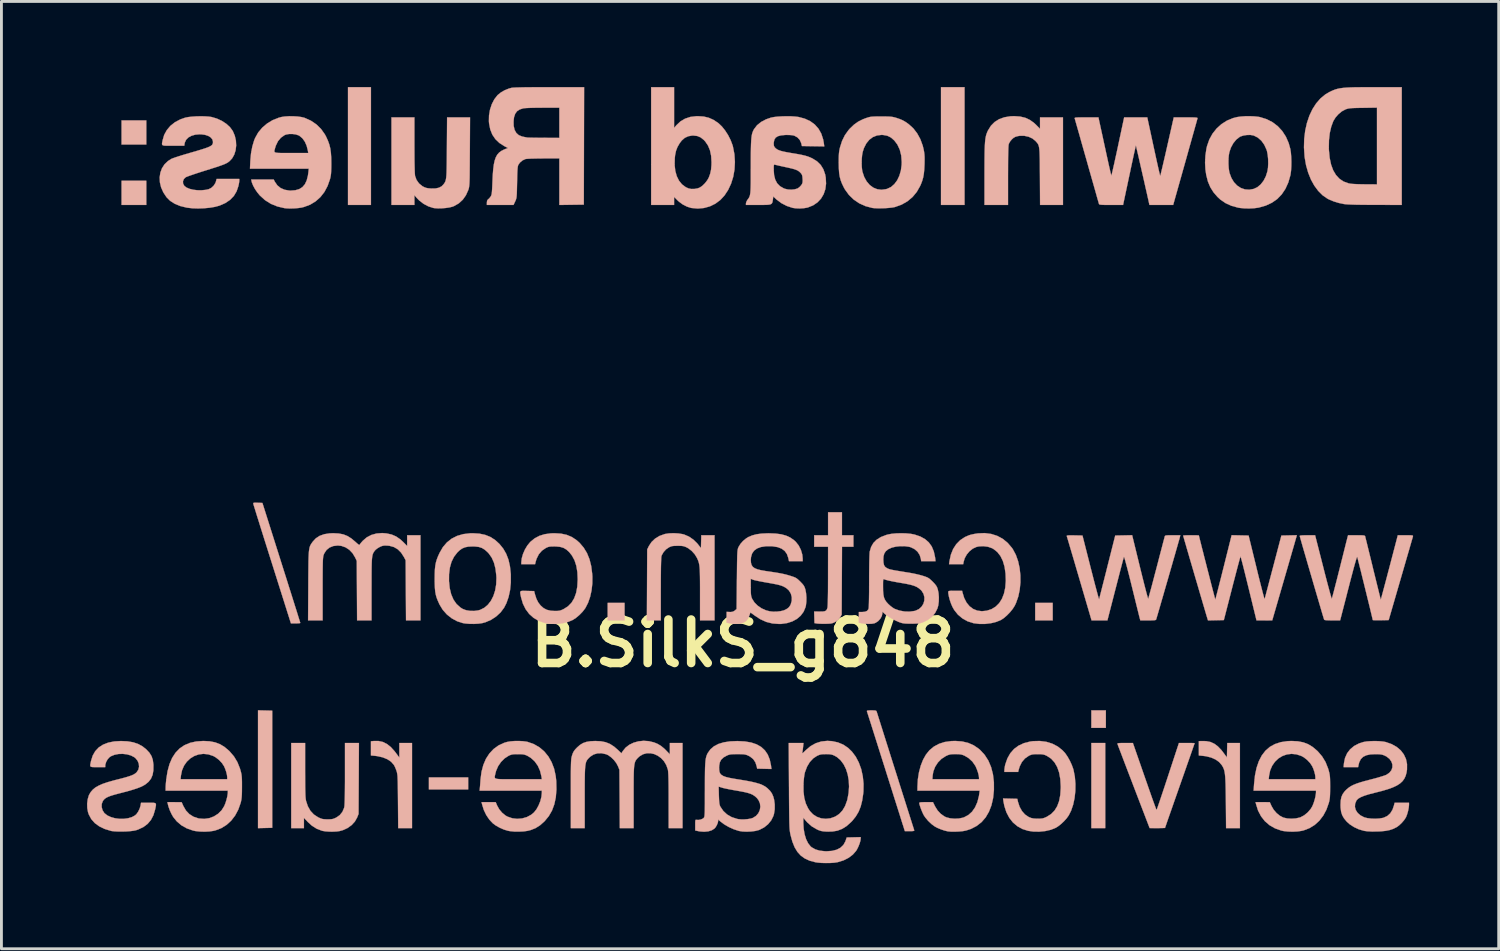
<source format=kicad_pcb>
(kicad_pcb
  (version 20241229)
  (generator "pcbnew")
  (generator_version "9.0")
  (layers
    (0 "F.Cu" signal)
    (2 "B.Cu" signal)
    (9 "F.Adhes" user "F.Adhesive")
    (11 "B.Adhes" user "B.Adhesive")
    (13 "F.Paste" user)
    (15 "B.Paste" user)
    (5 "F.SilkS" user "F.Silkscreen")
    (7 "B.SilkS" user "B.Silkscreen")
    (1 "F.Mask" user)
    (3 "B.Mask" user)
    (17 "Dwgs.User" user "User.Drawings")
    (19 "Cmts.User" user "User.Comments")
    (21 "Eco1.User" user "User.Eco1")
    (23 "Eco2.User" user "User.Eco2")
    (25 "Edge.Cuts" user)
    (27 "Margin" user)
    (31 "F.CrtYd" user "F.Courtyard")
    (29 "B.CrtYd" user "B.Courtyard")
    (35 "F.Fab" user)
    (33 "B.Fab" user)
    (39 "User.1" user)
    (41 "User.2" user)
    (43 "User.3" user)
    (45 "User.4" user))
  (footprint "B.SilkS_g848"
    (layer "F.Cu")
    (at 22.991 19.5)
    (property "Reference" "B.SilkS_g848" (at 0 0 0) (layer "F.SilkS") (effects (font (size 1.524 1.524) (thickness 0.3))))
    (attr through_hole)
    (fp_poly (pts (xy -20.913 -17.484) (xy -21.78 -17.484) (xy -21.78 -18.33) (xy -20.913 -18.33) (xy -20.913 -17.484)) (stroke (width 0.01) (type solid)) (fill yes) (layer "B.SilkS"))
    (fp_poly (pts (xy -20.913 -15.367) (xy -21.78 -15.367) (xy -21.78 -16.214) (xy -20.913 -16.214) (xy -20.913 -15.367)) (stroke (width 0.01) (type solid)) (fill yes) (layer "B.SilkS"))
    (fp_poly (pts (xy -13.039 -15.367) (xy -13.843 -15.367) (xy -13.843 -19.494) (xy -13.039 -19.494) (xy -13.039 -15.367)) (stroke (width 0.01) (type solid)) (fill yes) (layer "B.SilkS"))
    (fp_poly (pts (xy -9.631 5.122) (xy -11.007 5.122) (xy -11.007 4.699) (xy -9.631 4.699) (xy -9.631 5.122)) (stroke (width 0.01) (type solid)) (fill yes) (layer "B.SilkS"))
    (fp_poly (pts (xy -4.149 -0.804) (xy -4.741 -0.804) (xy -4.741 -1.418) (xy -4.149 -1.418) (xy -4.149 -0.804)) (stroke (width 0.01) (type solid)) (fill yes) (layer "B.SilkS"))
    (fp_poly (pts (xy 7.768 -15.367) (xy 6.943 -15.367) (xy 6.943 -19.494) (xy 7.768 -19.494) (xy 7.768 -15.367)) (stroke (width 0.01) (type solid)) (fill yes) (layer "B.SilkS"))
    (fp_poly (pts (xy 10.858 -0.804) (xy 10.245 -0.804) (xy 10.245 -1.418) (xy 10.858 -1.418) (xy 10.858 -0.804)) (stroke (width 0.01) (type solid)) (fill yes) (layer "B.SilkS"))
    (fp_poly (pts (xy 12.7 6.477) (xy 12.213 6.477) (xy 12.213 3.493) (xy 12.7 3.493) (xy 12.7 6.477)) (stroke (width 0.01) (type solid)) (fill yes) (layer "B.SilkS"))
    (fp_poly (pts (xy 12.721 2.963) (xy 12.213 2.963) (xy 12.213 2.349) (xy 12.721 2.349) (xy 12.721 2.963)) (stroke (width 0.01) (type solid)) (fill yes) (layer "B.SilkS"))
    (fp_poly (pts (xy -16.748 2.354) (xy -16.499 2.36) (xy -16.499 6.466) (xy -16.748 6.472) (xy -16.997 6.478) (xy -16.997 2.348) (xy -16.748 2.354)) (stroke (width 0.01) (type solid)) (fill yes) (layer "B.SilkS"))
    (fp_poly (pts (xy 16.234 3.428) (xy 16.385 3.457) (xy 16.521 3.518) (xy 16.648 3.612) (xy 16.772 3.742) (xy 16.838 3.828) (xy 16.965 4) (xy 16.971 3.746) (xy 16.977 3.493) (xy 17.42 3.493) (xy 17.42 6.477) (xy 16.936 6.477) (xy 16.928 5.562) (xy 16.925 5.317) (xy 16.922 5.11) (xy 16.918 4.937) (xy 16.912 4.794) (xy 16.905 4.677) (xy 16.895 4.582) (xy 16.883 4.505) (xy 16.868 4.441) (xy 16.848 4.386) (xy 16.825 4.336) (xy 16.797 4.288) (xy 16.786 4.27) (xy 16.693 4.162) (xy 16.567 4.072) (xy 16.411 4.003) (xy 16.233 3.958) (xy 16.131 3.945) (xy 15.981 3.931) (xy 15.981 3.429) (xy 16.06 3.425) (xy 16.234 3.428)) (stroke (width 0.01) (type solid)) (fill yes) (layer "B.SilkS"))
    (fp_poly (pts (xy -12.622 3.457) (xy -12.48 3.527) (xy -12.344 3.634) (xy -12.211 3.781) (xy -12.167 3.838) (xy -12.044 4.004) (xy -12.044 3.493) (xy -11.599 3.493) (xy -11.599 6.477) (xy -12.083 6.477) (xy -12.091 5.54) (xy -12.093 5.316) (xy -12.095 5.129) (xy -12.097 4.977) (xy -12.099 4.854) (xy -12.103 4.756) (xy -12.106 4.679) (xy -12.111 4.619) (xy -12.118 4.572) (xy -12.125 4.533) (xy -12.134 4.498) (xy -12.145 4.464) (xy -12.177 4.38) (xy -12.212 4.302) (xy -12.24 4.254) (xy -12.335 4.148) (xy -12.465 4.062) (xy -12.624 3.997) (xy -12.809 3.955) (xy -12.893 3.944) (xy -13.039 3.931) (xy -13.039 3.433) (xy -12.938 3.424) (xy -12.773 3.424) (xy -12.622 3.457)) (stroke (width 0.01) (type solid)) (fill yes) (layer "B.SilkS"))
    (fp_poly (pts (xy -17.052 -4.929) (xy -17.006 -4.927) (xy -16.843 -4.921) (xy -16.18 -2.826) (xy -16.089 -2.538) (xy -16.001 -2.262) (xy -15.919 -2) (xy -15.841 -1.755) (xy -15.77 -1.529) (xy -15.706 -1.325) (xy -15.649 -1.146) (xy -15.602 -0.994) (xy -15.564 -0.872) (xy -15.536 -0.783) (xy -15.52 -0.73) (xy -15.516 -0.714) (xy -15.535 -0.707) (xy -15.586 -0.701) (xy -15.66 -0.699) (xy -15.679 -0.699) (xy -15.843 -0.699) (xy -16.499 -2.774) (xy -16.59 -3.061) (xy -16.677 -3.337) (xy -16.76 -3.599) (xy -16.837 -3.845) (xy -16.908 -4.071) (xy -16.972 -4.276) (xy -17.029 -4.456) (xy -17.076 -4.609) (xy -17.114 -4.732) (xy -17.142 -4.822) (xy -17.158 -4.876) (xy -17.162 -4.892) (xy -17.163 -4.913) (xy -17.15 -4.925) (xy -17.116 -4.929) (xy -17.052 -4.929)) (stroke (width 0.01) (type solid)) (fill yes) (layer "B.SilkS"))
    (fp_poly (pts (xy 3.471 -3.789) (xy 3.873 -3.789) (xy 3.873 -3.387) (xy 3.473 -3.387) (xy 3.461 -1.005) (xy 3.404 -0.909) (xy 3.336 -0.823) (xy 3.24 -0.754) (xy 3.235 -0.751) (xy 3.179 -0.722) (xy 3.129 -0.704) (xy 3.073 -0.693) (xy 2.997 -0.688) (xy 2.9 -0.685) (xy 2.797 -0.685) (xy 2.7 -0.687) (xy 2.623 -0.692) (xy 2.593 -0.695) (xy 2.508 -0.709) (xy 2.502 -0.911) (xy 2.496 -1.114) (xy 2.684 -1.113) (xy 2.791 -1.114) (xy 2.863 -1.124) (xy 2.91 -1.146) (xy 2.94 -1.184) (xy 2.962 -1.242) (xy 2.963 -1.246) (xy 2.968 -1.286) (xy 2.972 -1.365) (xy 2.976 -1.481) (xy 2.979 -1.632) (xy 2.982 -1.813) (xy 2.983 -2.023) (xy 2.984 -2.259) (xy 2.984 -2.355) (xy 2.985 -3.387) (xy 2.498 -3.387) (xy 2.498 -3.789) (xy 2.985 -3.789) (xy 2.985 -4.593) (xy 3.471 -4.593) (xy 3.471 -3.789)) (stroke (width 0.01) (type solid)) (fill yes) (layer "B.SilkS"))
    (fp_poly (pts (xy -15.346 4.44) (xy -15.345 4.678) (xy -15.344 4.878) (xy -15.343 5.043) (xy -15.34 5.178) (xy -15.337 5.286) (xy -15.333 5.371) (xy -15.327 5.436) (xy -15.32 5.487) (xy -15.314 5.52) (xy -15.251 5.71) (xy -15.16 5.871) (xy -15.04 5.999) (xy -14.893 6.096) (xy -14.887 6.099) (xy -14.811 6.134) (xy -14.748 6.155) (xy -14.681 6.165) (xy -14.592 6.169) (xy -14.564 6.169) (xy -14.468 6.168) (xy -14.398 6.161) (xy -14.34 6.145) (xy -14.276 6.117) (xy -14.254 6.106) (xy -14.131 6.021) (xy -14.039 5.907) (xy -13.98 5.769) (xy -13.972 5.735) (xy -13.966 5.685) (xy -13.961 5.594) (xy -13.957 5.462) (xy -13.953 5.293) (xy -13.951 5.087) (xy -13.949 4.844) (xy -13.949 4.568) (xy -13.949 3.493) (xy -13.46 3.493) (xy -13.466 4.736) (xy -13.473 5.98) (xy -13.523 6.106) (xy -13.602 6.247) (xy -13.716 6.371) (xy -13.857 6.473) (xy -14.02 6.548) (xy -14.135 6.58) (xy -14.241 6.595) (xy -14.369 6.601) (xy -14.505 6.6) (xy -14.633 6.591) (xy -14.737 6.574) (xy -14.751 6.571) (xy -14.94 6.499) (xy -15.113 6.388) (xy -15.251 6.262) (xy -15.388 6.116) (xy -15.388 6.477) (xy -15.833 6.477) (xy -15.833 3.493) (xy -15.346 3.493) (xy -15.346 4.44)) (stroke (width 0.01) (type solid)) (fill yes) (layer "B.SilkS"))
    (fp_poly (pts (xy -2.265 -3.852) (xy -2.115 -3.828) (xy -2.061 -3.814) (xy -1.893 -3.742) (xy -1.735 -3.634) (xy -1.596 -3.497) (xy -1.564 -3.457) (xy -1.471 -3.337) (xy -1.465 -3.563) (xy -1.459 -3.789) (xy -0.995 -3.789) (xy -0.995 -0.804) (xy -1.503 -0.804) (xy -1.503 -1.731) (xy -1.503 -1.969) (xy -1.504 -2.168) (xy -1.506 -2.334) (xy -1.509 -2.471) (xy -1.513 -2.582) (xy -1.52 -2.673) (xy -1.529 -2.747) (xy -1.542 -2.81) (xy -1.557 -2.865) (xy -1.576 -2.916) (xy -1.599 -2.968) (xy -1.611 -2.995) (xy -1.687 -3.119) (xy -1.79 -3.234) (xy -1.906 -3.326) (xy -1.964 -3.359) (xy -2.028 -3.388) (xy -2.085 -3.406) (xy -2.149 -3.415) (xy -2.236 -3.418) (xy -2.287 -3.418) (xy -2.388 -3.417) (xy -2.46 -3.411) (xy -2.517 -3.398) (xy -2.572 -3.375) (xy -2.593 -3.364) (xy -2.695 -3.294) (xy -2.781 -3.199) (xy -2.842 -3.094) (xy -2.857 -3.053) (xy -2.862 -3.012) (xy -2.866 -2.93) (xy -2.87 -2.811) (xy -2.874 -2.655) (xy -2.876 -2.464) (xy -2.878 -2.241) (xy -2.878 -1.988) (xy -2.879 -1.889) (xy -2.879 -0.804) (xy -3.367 -0.804) (xy -3.361 -2.048) (xy -3.355 -3.291) (xy -3.296 -3.411) (xy -3.204 -3.551) (xy -3.079 -3.67) (xy -2.925 -3.764) (xy -2.748 -3.828) (xy -2.731 -3.833) (xy -2.59 -3.855) (xy -2.429 -3.861) (xy -2.265 -3.852)) (stroke (width 0.01) (type solid)) (fill yes) (layer "B.SilkS"))
    (fp_poly (pts (xy 4.592 2.351) (xy 4.645 2.356) (xy 4.673 2.367) (xy 4.685 2.385) (xy 4.686 2.387) (xy 4.695 2.416) (xy 4.716 2.482) (xy 4.747 2.582) (xy 4.788 2.711) (xy 4.837 2.867) (xy 4.894 3.047) (xy 4.957 3.247) (xy 5.025 3.463) (xy 5.098 3.693) (xy 5.174 3.934) (xy 5.252 4.181) (xy 5.332 4.433) (xy 5.412 4.684) (xy 5.49 4.933) (xy 5.567 5.176) (xy 5.641 5.409) (xy 5.711 5.63) (xy 5.776 5.835) (xy 5.835 6.021) (xy 5.887 6.184) (xy 5.93 6.321) (xy 5.965 6.43) (xy 5.989 6.506) (xy 6.002 6.546) (xy 6.004 6.552) (xy 6.003 6.567) (xy 5.981 6.577) (xy 5.932 6.582) (xy 5.847 6.583) (xy 5.676 6.583) (xy 5.654 6.514) (xy 5.645 6.485) (xy 5.624 6.417) (xy 5.591 6.316) (xy 5.549 6.182) (xy 5.498 6.019) (xy 5.438 5.83) (xy 5.371 5.618) (xy 5.297 5.385) (xy 5.218 5.134) (xy 5.134 4.868) (xy 5.046 4.591) (xy 4.994 4.424) (xy 4.904 4.141) (xy 4.818 3.87) (xy 4.737 3.613) (xy 4.661 3.372) (xy 4.591 3.151) (xy 4.528 2.952) (xy 4.473 2.777) (xy 4.426 2.631) (xy 4.389 2.515) (xy 4.363 2.432) (xy 4.348 2.386) (xy 4.345 2.376) (xy 4.351 2.362) (xy 4.385 2.354) (xy 4.454 2.35) (xy 4.505 2.349) (xy 4.592 2.351)) (stroke (width 0.01) (type solid)) (fill yes) (layer "B.SilkS"))
    (fp_poly (pts (xy 9.713 -18.465) (xy 9.896 -18.422) (xy 10.059 -18.346) (xy 10.21 -18.236) (xy 10.282 -18.168) (xy 10.414 -18.034) (xy 10.414 -18.436) (xy 11.218 -18.436) (xy 11.218 -15.367) (xy 10.416 -15.367) (xy 10.41 -16.367) (xy 10.408 -16.608) (xy 10.407 -16.81) (xy 10.405 -16.977) (xy 10.401 -17.115) (xy 10.397 -17.225) (xy 10.39 -17.312) (xy 10.381 -17.381) (xy 10.369 -17.435) (xy 10.354 -17.477) (xy 10.335 -17.513) (xy 10.311 -17.545) (xy 10.282 -17.578) (xy 10.257 -17.606) (xy 10.15 -17.694) (xy 10.017 -17.756) (xy 9.868 -17.789) (xy 9.712 -17.791) (xy 9.638 -17.779) (xy 9.55 -17.755) (xy 9.483 -17.716) (xy 9.427 -17.666) (xy 9.366 -17.593) (xy 9.324 -17.517) (xy 9.316 -17.494) (xy 9.309 -17.448) (xy 9.304 -17.36) (xy 9.3 -17.231) (xy 9.296 -17.06) (xy 9.294 -16.846) (xy 9.293 -16.591) (xy 9.292 -16.388) (xy 9.292 -15.367) (xy 8.467 -15.367) (xy 8.467 -16.441) (xy 8.468 -16.71) (xy 8.469 -16.941) (xy 8.471 -17.137) (xy 8.474 -17.302) (xy 8.479 -17.44) (xy 8.486 -17.555) (xy 8.495 -17.65) (xy 8.507 -17.729) (xy 8.521 -17.796) (xy 8.539 -17.856) (xy 8.56 -17.911) (xy 8.584 -17.965) (xy 8.592 -17.98) (xy 8.694 -18.144) (xy 8.823 -18.274) (xy 8.98 -18.373) (xy 9.164 -18.439) (xy 9.375 -18.474) (xy 9.504 -18.479) (xy 9.713 -18.465)) (stroke (width 0.01) (type solid)) (fill yes) (layer "B.SilkS"))
    (fp_poly (pts (xy -11.515 -17.464) (xy -11.514 -17.204) (xy -11.513 -16.976) (xy -11.51 -16.782) (xy -11.506 -16.623) (xy -11.502 -16.502) (xy -11.496 -16.419) (xy -11.492 -16.384) (xy -11.441 -16.244) (xy -11.355 -16.122) (xy -11.24 -16.027) (xy -11.22 -16.015) (xy -11.153 -15.982) (xy -11.09 -15.961) (xy -11.016 -15.949) (xy -10.921 -15.942) (xy -10.771 -15.945) (xy -10.653 -15.971) (xy -10.56 -16.021) (xy -10.494 -16.089) (xy -10.47 -16.122) (xy -10.45 -16.153) (xy -10.433 -16.186) (xy -10.42 -16.225) (xy -10.409 -16.273) (xy -10.4 -16.335) (xy -10.393 -16.414) (xy -10.388 -16.514) (xy -10.385 -16.639) (xy -10.382 -16.792) (xy -10.38 -16.978) (xy -10.378 -17.199) (xy -10.377 -17.373) (xy -10.369 -18.436) (xy -9.565 -18.436) (xy -9.572 -17.235) (xy -9.574 -16.979) (xy -9.575 -16.762) (xy -9.577 -16.579) (xy -9.578 -16.429) (xy -9.58 -16.306) (xy -9.583 -16.207) (xy -9.586 -16.128) (xy -9.591 -16.067) (xy -9.596 -16.019) (xy -9.602 -15.98) (xy -9.609 -15.947) (xy -9.618 -15.917) (xy -9.626 -15.892) (xy -9.709 -15.707) (xy -9.82 -15.55) (xy -9.959 -15.423) (xy -10.121 -15.329) (xy -10.186 -15.304) (xy -10.286 -15.279) (xy -10.414 -15.26) (xy -10.553 -15.249) (xy -10.689 -15.246) (xy -10.807 -15.254) (xy -10.856 -15.262) (xy -11.027 -15.317) (xy -11.194 -15.406) (xy -11.346 -15.523) (xy -11.44 -15.62) (xy -11.515 -15.71) (xy -11.515 -15.367) (xy -12.319 -15.367) (xy -12.319 -18.436) (xy -11.515 -18.436) (xy -11.515 -17.464)) (stroke (width 0.01) (type solid)) (fill yes) (layer "B.SilkS"))
    (fp_poly (pts (xy 13.785 3.826) (xy 13.818 3.921) (xy 13.863 4.05) (xy 13.917 4.205) (xy 13.978 4.381) (xy 14.044 4.57) (xy 14.112 4.766) (xy 14.181 4.962) (xy 14.194 5.001) (xy 14.257 5.18) (xy 14.315 5.346) (xy 14.368 5.495) (xy 14.414 5.622) (xy 14.452 5.725) (xy 14.479 5.797) (xy 14.495 5.836) (xy 14.499 5.842) (xy 14.507 5.822) (xy 14.528 5.766) (xy 14.559 5.677) (xy 14.6 5.558) (xy 14.649 5.412) (xy 14.705 5.245) (xy 14.768 5.058) (xy 14.835 4.855) (xy 14.897 4.667) (xy 15.283 3.493) (xy 15.558 3.493) (xy 15.66 3.493) (xy 15.745 3.495) (xy 15.805 3.497) (xy 15.832 3.5) (xy 15.833 3.5) (xy 15.826 3.521) (xy 15.806 3.579) (xy 15.774 3.67) (xy 15.732 3.792) (xy 15.68 3.941) (xy 15.619 4.114) (xy 15.551 4.309) (xy 15.477 4.521) (xy 15.397 4.749) (xy 15.314 4.985) (xy 15.23 5.224) (xy 15.15 5.451) (xy 15.076 5.663) (xy 15.008 5.858) (xy 14.947 6.031) (xy 14.895 6.18) (xy 14.853 6.301) (xy 14.822 6.392) (xy 14.802 6.449) (xy 14.796 6.469) (xy 14.776 6.472) (xy 14.721 6.474) (xy 14.641 6.476) (xy 14.541 6.477) (xy 14.526 6.477) (xy 14.256 6.476) (xy 13.695 5.013) (xy 13.604 4.775) (xy 13.517 4.549) (xy 13.436 4.337) (xy 13.362 4.143) (xy 13.296 3.969) (xy 13.239 3.819) (xy 13.192 3.696) (xy 13.157 3.604) (xy 13.135 3.544) (xy 13.127 3.521) (xy 13.132 3.509) (xy 13.158 3.501) (xy 13.21 3.496) (xy 13.294 3.493) (xy 13.394 3.493) (xy 13.669 3.493) (xy 13.785 3.826)) (stroke (width 0.01) (type solid)) (fill yes) (layer "B.SilkS"))
    (fp_poly (pts (xy -2.413 -18.78) (xy -2.413 -18.066) (xy -2.329 -18.164) (xy -2.189 -18.295) (xy -2.027 -18.391) (xy -1.841 -18.452) (xy -1.632 -18.477) (xy -1.58 -18.478) (xy -1.377 -18.465) (xy -1.196 -18.422) (xy -1.029 -18.347) (xy -0.863 -18.236) (xy -0.854 -18.228) (xy -0.738 -18.118) (xy -0.624 -17.975) (xy -0.519 -17.812) (xy -0.431 -17.638) (xy -0.365 -17.465) (xy -0.35 -17.41) (xy -0.298 -17.142) (xy -0.281 -16.873) (xy -0.295 -16.609) (xy -0.34 -16.354) (xy -0.415 -16.114) (xy -0.518 -15.893) (xy -0.648 -15.696) (xy -0.793 -15.54) (xy -0.966 -15.411) (xy -1.158 -15.317) (xy -1.366 -15.259) (xy -1.583 -15.24) (xy -1.805 -15.26) (xy -1.82 -15.263) (xy -1.962 -15.308) (xy -2.108 -15.383) (xy -2.242 -15.481) (xy -2.294 -15.529) (xy -2.413 -15.65) (xy -2.413 -15.367) (xy -3.217 -15.367) (xy -3.217 -16.772) (xy -2.394 -16.772) (xy -2.371 -16.561) (xy -2.319 -16.375) (xy -2.241 -16.217) (xy -2.136 -16.088) (xy -2.006 -15.991) (xy -1.911 -15.947) (xy -1.812 -15.926) (xy -1.696 -15.928) (xy -1.582 -15.949) (xy -1.511 -15.977) (xy -1.419 -16.04) (xy -1.327 -16.131) (xy -1.247 -16.236) (xy -1.197 -16.326) (xy -1.148 -16.46) (xy -1.117 -16.601) (xy -1.103 -16.762) (xy -1.101 -16.866) (xy -1.114 -17.089) (xy -1.155 -17.282) (xy -1.224 -17.448) (xy -1.322 -17.592) (xy -1.37 -17.644) (xy -1.481 -17.733) (xy -1.6 -17.783) (xy -1.738 -17.799) (xy -1.785 -17.798) (xy -1.922 -17.773) (xy -2.04 -17.717) (xy -2.144 -17.625) (xy -2.217 -17.53) (xy -2.293 -17.399) (xy -2.345 -17.265) (xy -2.377 -17.114) (xy -2.388 -17.007) (xy -2.394 -16.772) (xy -3.217 -16.772) (xy -3.217 -19.494) (xy -2.413 -19.494) (xy -2.413 -18.78)) (stroke (width 0.01) (type solid)) (fill yes) (layer "B.SilkS"))
    (fp_poly (pts (xy 23.093 -15.367) (xy 22.167 -15.369) (xy 21.902 -15.37) (xy 21.677 -15.372) (xy 21.488 -15.375) (xy 21.335 -15.38) (xy 21.213 -15.385) (xy 21.121 -15.392) (xy 21.061 -15.399) (xy 20.883 -15.437) (xy 20.704 -15.492) (xy 20.543 -15.559) (xy 20.484 -15.59) (xy 20.317 -15.706) (xy 20.164 -15.86) (xy 20.027 -16.045) (xy 19.909 -16.259) (xy 19.813 -16.498) (xy 19.739 -16.757) (xy 19.691 -17.032) (xy 19.687 -17.067) (xy 19.667 -17.37) (xy 20.537 -17.37) (xy 20.54 -17.287) (xy 20.566 -17.017) (xy 20.616 -16.781) (xy 20.69 -16.58) (xy 20.788 -16.415) (xy 20.909 -16.284) (xy 21.054 -16.187) (xy 21.224 -16.125) (xy 21.295 -16.111) (xy 21.353 -16.105) (xy 21.444 -16.099) (xy 21.56 -16.094) (xy 21.69 -16.091) (xy 21.818 -16.089) (xy 22.225 -16.087) (xy 22.225 -18.778) (xy 21.733 -18.77) (xy 21.574 -18.768) (xy 21.451 -18.765) (xy 21.357 -18.761) (xy 21.285 -18.755) (xy 21.231 -18.748) (xy 21.185 -18.737) (xy 21.143 -18.724) (xy 21.114 -18.712) (xy 20.993 -18.647) (xy 20.876 -18.55) (xy 20.773 -18.434) (xy 20.696 -18.309) (xy 20.694 -18.306) (xy 20.622 -18.111) (xy 20.57 -17.887) (xy 20.542 -17.637) (xy 20.537 -17.37) (xy 19.667 -17.37) (xy 19.666 -17.378) (xy 19.674 -17.68) (xy 19.709 -17.969) (xy 19.77 -18.241) (xy 19.855 -18.494) (xy 19.964 -18.724) (xy 20.094 -18.927) (xy 20.246 -19.101) (xy 20.417 -19.242) (xy 20.555 -19.323) (xy 20.632 -19.36) (xy 20.703 -19.391) (xy 20.774 -19.417) (xy 20.85 -19.438) (xy 20.933 -19.455) (xy 21.029 -19.468) (xy 21.141 -19.478) (xy 21.274 -19.485) (xy 21.433 -19.49) (xy 21.62 -19.492) (xy 21.842 -19.494) (xy 22.101 -19.494) (xy 22.114 -19.494) (xy 23.093 -19.494) (xy 23.093 -15.367)) (stroke (width 0.01) (type solid)) (fill yes) (layer "B.SilkS"))
    (fp_poly (pts (xy 8.703 -3.834) (xy 8.914 -3.767) (xy 9.107 -3.663) (xy 9.279 -3.522) (xy 9.429 -3.346) (xy 9.464 -3.295) (xy 9.567 -3.101) (xy 9.645 -2.881) (xy 9.698 -2.641) (xy 9.725 -2.39) (xy 9.727 -2.134) (xy 9.702 -1.882) (xy 9.652 -1.641) (xy 9.574 -1.418) (xy 9.53 -1.323) (xy 9.458 -1.209) (xy 9.362 -1.09) (xy 9.253 -0.978) (xy 9.141 -0.882) (xy 9.045 -0.819) (xy 8.883 -0.752) (xy 8.696 -0.706) (xy 8.494 -0.681) (xy 8.29 -0.68) (xy 8.096 -0.704) (xy 8.072 -0.709) (xy 7.873 -0.773) (xy 7.693 -0.874) (xy 7.535 -1.007) (xy 7.406 -1.169) (xy 7.344 -1.278) (xy 7.294 -1.394) (xy 7.25 -1.522) (xy 7.218 -1.646) (xy 7.199 -1.754) (xy 7.197 -1.794) (xy 7.199 -1.814) (xy 7.208 -1.828) (xy 7.233 -1.836) (xy 7.281 -1.84) (xy 7.358 -1.841) (xy 7.44 -1.841) (xy 7.683 -1.841) (xy 7.696 -1.783) (xy 7.755 -1.59) (xy 7.838 -1.428) (xy 7.944 -1.3) (xy 8.07 -1.205) (xy 8.214 -1.147) (xy 8.375 -1.126) (xy 8.545 -1.143) (xy 8.714 -1.198) (xy 8.86 -1.287) (xy 8.982 -1.408) (xy 9.079 -1.561) (xy 9.151 -1.744) (xy 9.196 -1.954) (xy 9.214 -2.191) (xy 9.205 -2.446) (xy 9.171 -2.683) (xy 9.111 -2.888) (xy 9.026 -3.061) (xy 8.916 -3.201) (xy 8.782 -3.307) (xy 8.727 -3.337) (xy 8.588 -3.385) (xy 8.431 -3.405) (xy 8.274 -3.398) (xy 8.187 -3.379) (xy 8.06 -3.321) (xy 7.944 -3.23) (xy 7.846 -3.114) (xy 7.773 -2.981) (xy 7.735 -2.852) (xy 7.721 -2.773) (xy 7.225 -2.773) (xy 7.24 -2.884) (xy 7.289 -3.108) (xy 7.368 -3.306) (xy 7.478 -3.476) (xy 7.617 -3.617) (xy 7.783 -3.727) (xy 7.927 -3.789) (xy 8.008 -3.812) (xy 8.112 -3.834) (xy 8.217 -3.851) (xy 8.235 -3.854) (xy 8.476 -3.864) (xy 8.703 -3.834)) (stroke (width 0.01) (type solid)) (fill yes) (layer "B.SilkS"))
    (fp_poly (pts (xy 10.634 3.452) (xy 10.844 3.517) (xy 11.034 3.616) (xy 11.199 3.747) (xy 11.294 3.849) (xy 11.376 3.968) (xy 11.457 4.111) (xy 11.527 4.262) (xy 11.579 4.405) (xy 11.587 4.434) (xy 11.634 4.673) (xy 11.655 4.923) (xy 11.652 5.175) (xy 11.625 5.422) (xy 11.575 5.655) (xy 11.503 5.867) (xy 11.418 6.034) (xy 11.346 6.134) (xy 11.251 6.239) (xy 11.144 6.339) (xy 11.037 6.422) (xy 10.961 6.468) (xy 10.793 6.535) (xy 10.599 6.58) (xy 10.393 6.601) (xy 10.186 6.599) (xy 9.998 6.572) (xy 9.796 6.508) (xy 9.618 6.409) (xy 9.464 6.278) (xy 9.336 6.115) (xy 9.235 5.922) (xy 9.164 5.702) (xy 9.132 5.54) (xy 9.118 5.438) (xy 9.367 5.444) (xy 9.617 5.45) (xy 9.641 5.556) (xy 9.698 5.73) (xy 9.781 5.879) (xy 9.887 5.999) (xy 10.013 6.085) (xy 10.039 6.097) (xy 10.113 6.125) (xy 10.191 6.14) (xy 10.29 6.146) (xy 10.331 6.147) (xy 10.427 6.145) (xy 10.497 6.138) (xy 10.558 6.121) (xy 10.628 6.091) (xy 10.653 6.079) (xy 10.801 5.985) (xy 10.922 5.863) (xy 11.015 5.712) (xy 11.083 5.53) (xy 11.124 5.316) (xy 11.14 5.069) (xy 11.14 5.016) (xy 11.125 4.758) (xy 11.084 4.531) (xy 11.016 4.336) (xy 10.922 4.173) (xy 10.803 4.043) (xy 10.658 3.947) (xy 10.65 3.943) (xy 10.587 3.914) (xy 10.53 3.897) (xy 10.466 3.888) (xy 10.381 3.885) (xy 10.329 3.885) (xy 10.228 3.887) (xy 10.156 3.893) (xy 10.1 3.907) (xy 10.046 3.929) (xy 10.022 3.941) (xy 9.886 4.035) (xy 9.779 4.159) (xy 9.702 4.313) (xy 9.672 4.41) (xy 9.647 4.508) (xy 9.165 4.508) (xy 9.165 4.439) (xy 9.171 4.38) (xy 9.184 4.3) (xy 9.197 4.243) (xy 9.27 4.033) (xy 9.372 3.853) (xy 9.503 3.703) (xy 9.663 3.585) (xy 9.851 3.498) (xy 10.066 3.443) (xy 10.168 3.429) (xy 10.407 3.423) (xy 10.634 3.452)) (stroke (width 0.01) (type solid)) (fill yes) (layer "B.SilkS"))
    (fp_poly (pts (xy 17.939 -18.47) (xy 18.078 -18.454) (xy 18.125 -18.445) (xy 18.355 -18.373) (xy 18.563 -18.267) (xy 18.746 -18.128) (xy 18.903 -17.958) (xy 19.032 -17.759) (xy 19.13 -17.534) (xy 19.188 -17.325) (xy 19.207 -17.201) (xy 19.219 -17.05) (xy 19.224 -16.886) (xy 19.222 -16.721) (xy 19.213 -16.568) (xy 19.196 -16.44) (xy 19.191 -16.412) (xy 19.117 -16.155) (xy 19.015 -15.93) (xy 18.885 -15.736) (xy 18.727 -15.573) (xy 18.54 -15.443) (xy 18.325 -15.343) (xy 18.081 -15.274) (xy 18.059 -15.27) (xy 17.917 -15.251) (xy 17.753 -15.243) (xy 17.585 -15.246) (xy 17.43 -15.26) (xy 17.357 -15.272) (xy 17.123 -15.336) (xy 16.919 -15.429) (xy 16.738 -15.552) (xy 16.638 -15.644) (xy 16.495 -15.809) (xy 16.382 -15.989) (xy 16.298 -16.19) (xy 16.24 -16.416) (xy 16.211 -16.614) (xy 16.201 -16.809) (xy 17.019 -16.809) (xy 17.027 -16.662) (xy 17.046 -16.533) (xy 17.057 -16.486) (xy 17.123 -16.31) (xy 17.213 -16.162) (xy 17.324 -16.045) (xy 17.453 -15.961) (xy 17.595 -15.912) (xy 17.748 -15.901) (xy 17.902 -15.928) (xy 18.031 -15.988) (xy 18.148 -16.085) (xy 18.248 -16.213) (xy 18.329 -16.369) (xy 18.385 -16.546) (xy 18.405 -16.672) (xy 18.412 -16.819) (xy 18.409 -16.975) (xy 18.394 -17.125) (xy 18.369 -17.254) (xy 18.353 -17.304) (xy 18.274 -17.477) (xy 18.172 -17.618) (xy 18.05 -17.726) (xy 17.91 -17.797) (xy 17.899 -17.801) (xy 17.792 -17.82) (xy 17.669 -17.819) (xy 17.545 -17.8) (xy 17.438 -17.765) (xy 17.413 -17.751) (xy 17.293 -17.658) (xy 17.188 -17.53) (xy 17.104 -17.375) (xy 17.05 -17.215) (xy 17.03 -17.101) (xy 17.019 -16.961) (xy 17.019 -16.809) (xy 16.201 -16.809) (xy 16.199 -16.849) (xy 16.211 -17.094) (xy 16.245 -17.33) (xy 16.268 -17.431) (xy 16.347 -17.658) (xy 16.46 -17.864) (xy 16.603 -18.045) (xy 16.773 -18.199) (xy 16.966 -18.322) (xy 17.179 -18.41) (xy 17.319 -18.446) (xy 17.454 -18.465) (xy 17.612 -18.476) (xy 17.779 -18.477) (xy 17.939 -18.47)) (stroke (width 0.01) (type solid)) (fill yes) (layer "B.SilkS"))
    (fp_poly (pts (xy -9.24 -3.845) (xy -9.035 -3.802) (xy -8.851 -3.728) (xy -8.685 -3.621) (xy -8.536 -3.485) (xy -8.402 -3.32) (xy -8.297 -3.137) (xy -8.218 -2.931) (xy -8.166 -2.698) (xy -8.137 -2.433) (xy -8.136 -2.402) (xy -8.136 -2.128) (xy -8.162 -1.866) (xy -8.215 -1.622) (xy -8.292 -1.404) (xy -8.373 -1.247) (xy -8.495 -1.084) (xy -8.649 -0.942) (xy -8.826 -0.825) (xy -9.019 -0.741) (xy -9.139 -0.708) (xy -9.269 -0.69) (xy -9.423 -0.681) (xy -9.582 -0.683) (xy -9.73 -0.695) (xy -9.815 -0.709) (xy -10.018 -0.774) (xy -10.207 -0.877) (xy -10.376 -1.011) (xy -10.521 -1.174) (xy -10.635 -1.361) (xy -10.642 -1.376) (xy -10.695 -1.494) (xy -10.736 -1.599) (xy -10.765 -1.702) (xy -10.785 -1.81) (xy -10.797 -1.934) (xy -10.803 -2.081) (xy -10.804 -2.182) (xy -10.303 -2.182) (xy -10.278 -1.935) (xy -10.226 -1.719) (xy -10.147 -1.534) (xy -10.04 -1.38) (xy -9.906 -1.258) (xy -9.821 -1.205) (xy -9.706 -1.162) (xy -9.567 -1.138) (xy -9.419 -1.136) (xy -9.277 -1.155) (xy -9.207 -1.175) (xy -9.063 -1.248) (xy -8.937 -1.356) (xy -8.831 -1.495) (xy -8.746 -1.662) (xy -8.685 -1.852) (xy -8.649 -2.063) (xy -8.64 -2.29) (xy -8.645 -2.381) (xy -8.674 -2.621) (xy -8.727 -2.827) (xy -8.805 -3.003) (xy -8.909 -3.15) (xy -8.95 -3.194) (xy -9.049 -3.282) (xy -9.147 -3.342) (xy -9.255 -3.378) (xy -9.386 -3.394) (xy -9.472 -3.396) (xy -9.623 -3.39) (xy -9.744 -3.366) (xy -9.848 -3.321) (xy -9.944 -3.25) (xy -10.012 -3.184) (xy -10.128 -3.033) (xy -10.215 -2.857) (xy -10.272 -2.655) (xy -10.301 -2.423) (xy -10.303 -2.182) (xy -10.804 -2.182) (xy -10.805 -2.254) (xy -10.803 -2.44) (xy -10.797 -2.592) (xy -10.783 -2.721) (xy -10.761 -2.835) (xy -10.729 -2.944) (xy -10.685 -3.057) (xy -10.632 -3.172) (xy -10.517 -3.372) (xy -10.376 -3.537) (xy -10.211 -3.668) (xy -10.021 -3.765) (xy -9.805 -3.828) (xy -9.565 -3.857) (xy -9.472 -3.859) (xy -9.24 -3.845)) (stroke (width 0.01) (type solid)) (fill yes) (layer "B.SilkS"))
    (fp_poly (pts (xy -6.375 -3.845) (xy -6.173 -3.801) (xy -5.992 -3.724) (xy -5.828 -3.614) (xy -5.727 -3.524) (xy -5.582 -3.354) (xy -5.466 -3.163) (xy -5.378 -2.947) (xy -5.317 -2.704) (xy -5.283 -2.431) (xy -5.277 -2.339) (xy -5.279 -2.096) (xy -5.306 -1.856) (xy -5.356 -1.629) (xy -5.428 -1.422) (xy -5.519 -1.244) (xy -5.535 -1.219) (xy -5.623 -1.105) (xy -5.734 -0.992) (xy -5.853 -0.892) (xy -5.963 -0.82) (xy -6.126 -0.751) (xy -6.314 -0.705) (xy -6.516 -0.681) (xy -6.72 -0.682) (xy -6.915 -0.708) (xy -6.953 -0.717) (xy -7.157 -0.788) (xy -7.337 -0.892) (xy -7.491 -1.029) (xy -7.616 -1.196) (xy -7.712 -1.391) (xy -7.777 -1.612) (xy -7.777 -1.613) (xy -7.797 -1.71) (xy -7.807 -1.775) (xy -7.801 -1.814) (xy -7.773 -1.834) (xy -7.718 -1.84) (xy -7.629 -1.839) (xy -7.564 -1.837) (xy -7.318 -1.831) (xy -7.289 -1.717) (xy -7.239 -1.562) (xy -7.176 -1.436) (xy -7.093 -1.328) (xy -7.092 -1.327) (xy -6.989 -1.236) (xy -6.873 -1.175) (xy -6.735 -1.143) (xy -6.602 -1.135) (xy -6.506 -1.136) (xy -6.436 -1.143) (xy -6.375 -1.16) (xy -6.306 -1.191) (xy -6.28 -1.203) (xy -6.131 -1.298) (xy -6.009 -1.423) (xy -5.915 -1.579) (xy -5.847 -1.766) (xy -5.806 -1.985) (xy -5.792 -2.237) (xy -5.792 -2.244) (xy -5.803 -2.497) (xy -5.84 -2.718) (xy -5.903 -2.911) (xy -5.993 -3.077) (xy -6.088 -3.197) (xy -6.186 -3.286) (xy -6.29 -3.347) (xy -6.411 -3.382) (xy -6.557 -3.396) (xy -6.604 -3.397) (xy -6.704 -3.396) (xy -6.775 -3.39) (xy -6.83 -3.377) (xy -6.883 -3.355) (xy -6.911 -3.341) (xy -7.048 -3.246) (xy -7.155 -3.121) (xy -7.232 -2.967) (xy -7.262 -2.871) (xy -7.286 -2.773) (xy -7.768 -2.773) (xy -7.768 -2.842) (xy -7.752 -2.982) (xy -7.708 -3.135) (xy -7.641 -3.288) (xy -7.556 -3.43) (xy -7.459 -3.548) (xy -7.452 -3.556) (xy -7.303 -3.678) (xy -7.137 -3.767) (xy -6.949 -3.825) (xy -6.734 -3.855) (xy -6.604 -3.859) (xy -6.375 -3.845)) (stroke (width 0.01) (type solid)) (fill yes) (layer "B.SilkS"))
    (fp_poly (pts (xy -18.693 3.434) (xy -18.501 3.471) (xy -18.329 3.536) (xy -18.17 3.633) (xy -18.015 3.764) (xy -17.991 3.788) (xy -17.84 3.964) (xy -17.721 4.161) (xy -17.631 4.385) (xy -17.607 4.467) (xy -17.589 4.537) (xy -17.576 4.602) (xy -17.568 4.671) (xy -17.563 4.753) (xy -17.56 4.857) (xy -17.56 4.992) (xy -17.56 5.038) (xy -17.561 5.186) (xy -17.564 5.301) (xy -17.57 5.391) (xy -17.578 5.465) (xy -17.591 5.533) (xy -17.607 5.597) (xy -17.69 5.831) (xy -17.801 6.038) (xy -17.938 6.216) (xy -18.099 6.363) (xy -18.282 6.477) (xy -18.484 6.555) (xy -18.557 6.573) (xy -18.703 6.594) (xy -18.869 6.602) (xy -19.037 6.597) (xy -19.192 6.58) (xy -19.275 6.562) (xy -19.492 6.486) (xy -19.683 6.378) (xy -19.845 6.24) (xy -19.97 6.086) (xy -20.031 5.978) (xy -20.089 5.853) (xy -20.134 5.726) (xy -20.158 5.636) (xy -20.171 5.567) (xy -19.674 5.568) (xy -19.614 5.704) (xy -19.523 5.861) (xy -19.405 5.985) (xy -19.261 6.077) (xy -19.091 6.134) (xy -19.06 6.14) (xy -18.88 6.153) (xy -18.705 6.128) (xy -18.542 6.067) (xy -18.395 5.973) (xy -18.272 5.85) (xy -18.183 5.708) (xy -18.141 5.608) (xy -18.104 5.49) (xy -18.074 5.37) (xy -18.058 5.264) (xy -18.056 5.223) (xy -18.055 5.165) (xy -20.235 5.165) (xy -20.235 5.069) (xy -20.233 5.004) (xy -20.227 4.913) (xy -20.217 4.811) (xy -20.213 4.767) (xy -20.212 4.763) (xy -19.712 4.763) (xy -18.076 4.763) (xy -18.076 4.692) (xy -18.086 4.612) (xy -18.11 4.51) (xy -18.146 4.404) (xy -18.187 4.309) (xy -18.263 4.194) (xy -18.367 4.084) (xy -18.486 3.993) (xy -18.569 3.947) (xy -18.741 3.891) (xy -18.911 3.874) (xy -19.076 3.894) (xy -19.231 3.949) (xy -19.371 4.034) (xy -19.493 4.149) (xy -19.591 4.289) (xy -19.661 4.452) (xy -19.699 4.636) (xy -19.699 4.637) (xy -19.712 4.763) (xy -20.212 4.763) (xy -20.168 4.482) (xy -20.099 4.231) (xy -20.006 4.015) (xy -19.888 3.834) (xy -19.745 3.685) (xy -19.577 3.571) (xy -19.383 3.489) (xy -19.163 3.44) (xy -18.917 3.423) (xy -18.912 3.423) (xy -18.693 3.434)) (stroke (width 0.01) (type solid)) (fill yes) (layer "B.SilkS"))
    (fp_poly (pts (xy -12.495 -3.853) (xy -12.315 -3.814) (xy -12.157 -3.746) (xy -12.01 -3.645) (xy -11.915 -3.558) (xy -11.769 -3.412) (xy -11.769 -3.789) (xy -11.303 -3.789) (xy -11.303 -0.804) (xy -11.809 -0.804) (xy -11.816 -1.857) (xy -11.822 -2.91) (xy -11.881 -3.023) (xy -11.981 -3.179) (xy -12.098 -3.296) (xy -12.233 -3.375) (xy -12.387 -3.418) (xy -12.462 -3.425) (xy -12.551 -3.428) (xy -12.617 -3.421) (xy -12.678 -3.402) (xy -12.732 -3.377) (xy -12.806 -3.334) (xy -12.871 -3.283) (xy -12.901 -3.251) (xy -12.926 -3.218) (xy -12.947 -3.186) (xy -12.964 -3.152) (xy -12.979 -3.112) (xy -12.99 -3.063) (xy -12.999 -3) (xy -13.006 -2.921) (xy -13.011 -2.821) (xy -13.014 -2.697) (xy -13.016 -2.544) (xy -13.017 -2.361) (xy -13.017 -2.142) (xy -13.018 -1.902) (xy -13.018 -0.804) (xy -13.524 -0.804) (xy -13.536 -2.889) (xy -13.592 -3.008) (xy -13.682 -3.158) (xy -13.796 -3.278) (xy -13.929 -3.365) (xy -14.077 -3.416) (xy -14.201 -3.429) (xy -14.356 -3.411) (xy -14.488 -3.359) (xy -14.594 -3.274) (xy -14.673 -3.156) (xy -14.7 -3.092) (xy -14.707 -3.065) (xy -14.713 -3.03) (xy -14.718 -2.981) (xy -14.723 -2.915) (xy -14.726 -2.829) (xy -14.728 -2.72) (xy -14.73 -2.583) (xy -14.731 -2.416) (xy -14.732 -2.214) (xy -14.732 -1.974) (xy -14.732 -1.902) (xy -14.732 -0.804) (xy -15.242 -0.804) (xy -15.235 -2.027) (xy -15.234 -2.296) (xy -15.232 -2.527) (xy -15.23 -2.723) (xy -15.228 -2.887) (xy -15.224 -3.022) (xy -15.219 -3.134) (xy -15.212 -3.224) (xy -15.202 -3.296) (xy -15.191 -3.354) (xy -15.176 -3.402) (xy -15.158 -3.443) (xy -15.136 -3.481) (xy -15.111 -3.518) (xy -15.081 -3.56) (xy -15.079 -3.563) (xy -14.971 -3.68) (xy -14.838 -3.767) (xy -14.677 -3.825) (xy -14.488 -3.855) (xy -14.362 -3.86) (xy -14.171 -3.85) (xy -14.007 -3.819) (xy -13.861 -3.761) (xy -13.721 -3.673) (xy -13.578 -3.552) (xy -13.518 -3.498) (xy -13.471 -3.461) (xy -13.444 -3.445) (xy -13.441 -3.447) (xy -13.427 -3.472) (xy -13.391 -3.518) (xy -13.34 -3.577) (xy -13.325 -3.594) (xy -13.186 -3.714) (xy -13.024 -3.799) (xy -12.842 -3.85) (xy -12.643 -3.865) (xy -12.495 -3.853)) (stroke (width 0.01) (type solid)) (fill yes) (layer "B.SilkS"))
    (fp_poly (pts (xy 19.45 3.434) (xy 19.642 3.471) (xy 19.813 3.536) (xy 19.972 3.633) (xy 20.127 3.764) (xy 20.152 3.788) (xy 20.303 3.965) (xy 20.422 4.162) (xy 20.511 4.386) (xy 20.535 4.467) (xy 20.553 4.537) (xy 20.566 4.603) (xy 20.575 4.673) (xy 20.58 4.756) (xy 20.582 4.861) (xy 20.583 4.997) (xy 20.583 5.038) (xy 20.582 5.185) (xy 20.579 5.299) (xy 20.574 5.389) (xy 20.565 5.462) (xy 20.553 5.529) (xy 20.536 5.597) (xy 20.535 5.597) (xy 20.452 5.832) (xy 20.341 6.039) (xy 20.203 6.218) (xy 20.042 6.365) (xy 19.858 6.478) (xy 19.656 6.556) (xy 19.585 6.573) (xy 19.439 6.594) (xy 19.274 6.602) (xy 19.105 6.597) (xy 18.95 6.58) (xy 18.867 6.562) (xy 18.65 6.485) (xy 18.459 6.375) (xy 18.295 6.233) (xy 18.161 6.062) (xy 18.057 5.864) (xy 17.986 5.638) (xy 17.983 5.625) (xy 17.97 5.567) (xy 18.219 5.567) (xy 18.468 5.568) (xy 18.53 5.706) (xy 18.604 5.833) (xy 18.704 5.949) (xy 18.819 6.043) (xy 18.939 6.106) (xy 18.948 6.109) (xy 19.078 6.138) (xy 19.228 6.147) (xy 19.379 6.137) (xy 19.514 6.107) (xy 19.542 6.098) (xy 19.675 6.027) (xy 19.8 5.924) (xy 19.905 5.801) (xy 19.96 5.708) (xy 20.001 5.608) (xy 20.039 5.49) (xy 20.068 5.37) (xy 20.084 5.264) (xy 20.087 5.223) (xy 20.087 5.165) (xy 17.901 5.165) (xy 17.916 4.937) (xy 17.935 4.763) (xy 18.43 4.763) (xy 20.066 4.763) (xy 20.066 4.692) (xy 20.057 4.612) (xy 20.032 4.51) (xy 19.997 4.404) (xy 19.955 4.309) (xy 19.879 4.194) (xy 19.775 4.084) (xy 19.657 3.993) (xy 19.573 3.947) (xy 19.402 3.891) (xy 19.231 3.874) (xy 19.066 3.894) (xy 18.911 3.949) (xy 18.771 4.034) (xy 18.65 4.149) (xy 18.552 4.289) (xy 18.481 4.452) (xy 18.443 4.636) (xy 18.443 4.637) (xy 18.43 4.763) (xy 17.935 4.763) (xy 17.948 4.633) (xy 18.004 4.364) (xy 18.084 4.13) (xy 18.188 3.929) (xy 18.316 3.763) (xy 18.469 3.63) (xy 18.648 3.531) (xy 18.852 3.464) (xy 19.082 3.429) (xy 19.23 3.423) (xy 19.45 3.434)) (stroke (width 0.01) (type solid)) (fill yes) (layer "B.SilkS"))
    (fp_poly (pts (xy -15.762 -18.475) (xy -15.613 -18.466) (xy -15.48 -18.448) (xy -15.374 -18.423) (xy -15.367 -18.42) (xy -15.144 -18.32) (xy -14.951 -18.189) (xy -14.787 -18.028) (xy -14.653 -17.839) (xy -14.61 -17.759) (xy -14.546 -17.618) (xy -14.498 -17.485) (xy -14.464 -17.348) (xy -14.443 -17.198) (xy -14.431 -17.026) (xy -14.428 -16.822) (xy -14.428 -16.817) (xy -14.429 -16.67) (xy -14.433 -16.556) (xy -14.438 -16.466) (xy -14.448 -16.392) (xy -14.461 -16.323) (xy -14.475 -16.268) (xy -14.559 -16.03) (xy -14.671 -15.82) (xy -14.812 -15.64) (xy -14.979 -15.492) (xy -15.17 -15.376) (xy -15.384 -15.296) (xy -15.477 -15.273) (xy -15.583 -15.258) (xy -15.711 -15.247) (xy -15.845 -15.243) (xy -15.97 -15.245) (xy -16.066 -15.254) (xy -16.318 -15.313) (xy -16.547 -15.406) (xy -16.752 -15.535) (xy -16.933 -15.699) (xy -16.938 -15.704) (xy -17.025 -15.81) (xy -17.105 -15.928) (xy -17.169 -16.046) (xy -17.212 -16.153) (xy -17.222 -16.191) (xy -17.235 -16.256) (xy -16.447 -16.256) (xy -16.406 -16.177) (xy -16.32 -16.053) (xy -16.206 -15.96) (xy -16.066 -15.899) (xy -15.904 -15.871) (xy -15.853 -15.869) (xy -15.688 -15.882) (xy -15.551 -15.922) (xy -15.441 -15.991) (xy -15.355 -16.091) (xy -15.291 -16.225) (xy -15.248 -16.393) (xy -15.231 -16.515) (xy -15.218 -16.637) (xy -17.279 -16.637) (xy -17.266 -16.917) (xy -17.242 -17.175) (xy -17.229 -17.243) (xy -16.425 -17.243) (xy -16.415 -17.22) (xy -16.388 -17.204) (xy -16.341 -17.195) (xy -16.268 -17.189) (xy -16.167 -17.187) (xy -16.032 -17.187) (xy -15.859 -17.187) (xy -15.831 -17.187) (xy -15.236 -17.187) (xy -15.251 -17.277) (xy -15.293 -17.443) (xy -15.358 -17.588) (xy -15.442 -17.704) (xy -15.543 -17.788) (xy -15.571 -17.804) (xy -15.672 -17.838) (xy -15.789 -17.854) (xy -15.909 -17.853) (xy -16.015 -17.834) (xy -16.066 -17.814) (xy -16.195 -17.723) (xy -16.297 -17.601) (xy -16.372 -17.446) (xy -16.397 -17.367) (xy -16.411 -17.315) (xy -16.422 -17.274) (xy -16.425 -17.243) (xy -17.229 -17.243) (xy -17.197 -17.415) (xy -17.133 -17.629) (xy -17.097 -17.716) (xy -16.99 -17.907) (xy -16.848 -18.076) (xy -16.677 -18.222) (xy -16.484 -18.339) (xy -16.272 -18.423) (xy -16.175 -18.449) (xy -16.055 -18.467) (xy -15.914 -18.476) (xy -15.762 -18.475)) (stroke (width 0.01) (type solid)) (fill yes) (layer "B.SilkS"))
    (fp_poly (pts (xy 7.679 3.439) (xy 7.894 3.489) (xy 8.088 3.574) (xy 8.264 3.694) (xy 8.313 3.736) (xy 8.473 3.909) (xy 8.602 4.11) (xy 8.699 4.338) (xy 8.764 4.591) (xy 8.797 4.868) (xy 8.798 5.144) (xy 8.769 5.425) (xy 8.711 5.679) (xy 8.623 5.904) (xy 8.508 6.101) (xy 8.364 6.267) (xy 8.193 6.401) (xy 7.996 6.504) (xy 7.819 6.562) (xy 7.709 6.583) (xy 7.573 6.596) (xy 7.429 6.602) (xy 7.292 6.601) (xy 7.179 6.59) (xy 7.176 6.589) (xy 7.067 6.563) (xy 6.942 6.521) (xy 6.821 6.471) (xy 6.73 6.423) (xy 6.61 6.335) (xy 6.491 6.222) (xy 6.388 6.098) (xy 6.341 6.027) (xy 6.308 5.962) (xy 6.271 5.878) (xy 6.236 5.787) (xy 6.206 5.701) (xy 6.186 5.632) (xy 6.181 5.597) (xy 6.189 5.583) (xy 6.217 5.574) (xy 6.272 5.569) (xy 6.36 5.567) (xy 6.421 5.567) (xy 6.662 5.567) (xy 6.732 5.71) (xy 6.824 5.859) (xy 6.939 5.981) (xy 7.069 6.071) (xy 7.128 6.098) (xy 7.262 6.133) (xy 7.416 6.147) (xy 7.572 6.14) (xy 7.713 6.111) (xy 7.751 6.098) (xy 7.903 6.017) (xy 8.032 5.901) (xy 8.136 5.752) (xy 8.217 5.569) (xy 8.272 5.355) (xy 8.286 5.265) (xy 8.3 5.165) (xy 6.117 5.165) (xy 6.118 5.022) (xy 6.132 4.765) (xy 6.132 4.763) (xy 6.641 4.763) (xy 8.276 4.763) (xy 8.276 4.714) (xy 8.267 4.636) (xy 8.242 4.536) (xy 8.205 4.427) (xy 8.162 4.325) (xy 8.146 4.293) (xy 8.044 4.146) (xy 7.91 4.023) (xy 7.772 3.94) (xy 7.707 3.913) (xy 7.647 3.896) (xy 7.577 3.887) (xy 7.484 3.884) (xy 7.45 3.884) (xy 7.351 3.885) (xy 7.28 3.891) (xy 7.221 3.905) (xy 7.161 3.928) (xy 7.109 3.953) (xy 6.96 4.049) (xy 6.835 4.176) (xy 6.738 4.326) (xy 6.674 4.492) (xy 6.651 4.626) (xy 6.641 4.763) (xy 6.132 4.763) (xy 6.171 4.518) (xy 6.233 4.287) (xy 6.315 4.079) (xy 6.417 3.898) (xy 6.536 3.751) (xy 6.54 3.747) (xy 6.695 3.618) (xy 6.872 3.523) (xy 7.071 3.459) (xy 7.297 3.427) (xy 7.44 3.422) (xy 7.679 3.439)) (stroke (width 0.01) (type solid)) (fill yes) (layer "B.SilkS"))
    (fp_poly (pts (xy -7.713 3.43) (xy -7.585 3.447) (xy -7.541 3.457) (xy -7.325 3.534) (xy -7.132 3.646) (xy -6.963 3.79) (xy -6.82 3.965) (xy -6.705 4.167) (xy -6.618 4.395) (xy -6.563 4.647) (xy -6.543 4.826) (xy -6.537 5.127) (xy -6.559 5.398) (xy -6.611 5.642) (xy -6.692 5.861) (xy -6.805 6.057) (xy -6.949 6.232) (xy -6.963 6.246) (xy -7.113 6.379) (xy -7.268 6.477) (xy -7.436 6.544) (xy -7.546 6.572) (xy -7.685 6.592) (xy -7.846 6.6) (xy -8.012 6.598) (xy -8.165 6.583) (xy -8.234 6.571) (xy -8.379 6.527) (xy -8.531 6.46) (xy -8.673 6.379) (xy -8.767 6.308) (xy -8.889 6.179) (xy -8.997 6.019) (xy -9.083 5.84) (xy -9.141 5.653) (xy -9.142 5.65) (xy -9.161 5.567) (xy -8.665 5.567) (xy -8.617 5.683) (xy -8.542 5.818) (xy -8.439 5.94) (xy -8.318 6.038) (xy -8.249 6.076) (xy -8.084 6.132) (xy -7.911 6.152) (xy -7.737 6.137) (xy -7.571 6.089) (xy -7.421 6.008) (xy -7.324 5.927) (xy -7.238 5.819) (xy -7.163 5.683) (xy -7.102 5.532) (xy -7.063 5.379) (xy -7.049 5.244) (xy -7.048 5.165) (xy -9.229 5.165) (xy -9.219 5.054) (xy -9.212 4.976) (xy -9.205 4.877) (xy -9.198 4.777) (xy -9.197 4.769) (xy -9.187 4.69) (xy -8.701 4.69) (xy -8.696 4.715) (xy -8.678 4.733) (xy -8.644 4.746) (xy -8.591 4.755) (xy -8.513 4.76) (xy -8.408 4.763) (xy -8.272 4.763) (xy -8.102 4.763) (xy -7.893 4.763) (xy -7.874 4.763) (xy -7.048 4.763) (xy -7.061 4.673) (xy -7.11 4.471) (xy -7.189 4.292) (xy -7.298 4.139) (xy -7.433 4.016) (xy -7.553 3.943) (xy -7.615 3.916) (xy -7.671 3.898) (xy -7.734 3.889) (xy -7.818 3.885) (xy -7.885 3.885) (xy -7.987 3.886) (xy -8.061 3.891) (xy -8.119 3.903) (xy -8.174 3.923) (xy -8.215 3.942) (xy -8.356 4.034) (xy -8.48 4.158) (xy -8.581 4.306) (xy -8.652 4.47) (xy -8.678 4.571) (xy -8.689 4.619) (xy -8.698 4.659) (xy -8.701 4.69) (xy -9.187 4.69) (xy -9.163 4.503) (xy -9.099 4.262) (xy -9.007 4.047) (xy -8.886 3.861) (xy -8.74 3.705) (xy -8.569 3.58) (xy -8.374 3.489) (xy -8.272 3.458) (xy -8.155 3.437) (xy -8.013 3.425) (xy -7.861 3.423) (xy -7.713 3.43)) (stroke (width 0.01) (type solid)) (fill yes) (layer "B.SilkS"))
    (fp_poly (pts (xy -3.298 3.429) (xy -3.117 3.473) (xy -2.994 3.523) (xy -2.874 3.594) (xy -2.76 3.687) (xy -2.703 3.743) (xy -2.561 3.891) (xy -2.561 3.493) (xy -2.117 3.493) (xy -2.117 6.477) (xy -2.603 6.477) (xy -2.604 5.509) (xy -2.604 5.259) (xy -2.605 5.048) (xy -2.607 4.873) (xy -2.61 4.731) (xy -2.614 4.618) (xy -2.619 4.532) (xy -2.624 4.468) (xy -2.631 4.424) (xy -2.632 4.421) (xy -2.686 4.268) (xy -2.765 4.135) (xy -2.866 4.025) (xy -2.983 3.94) (xy -3.11 3.881) (xy -3.243 3.852) (xy -3.376 3.854) (xy -3.504 3.889) (xy -3.622 3.959) (xy -3.665 3.998) (xy -3.7 4.033) (xy -3.729 4.066) (xy -3.754 4.101) (xy -3.775 4.141) (xy -3.791 4.189) (xy -3.804 4.25) (xy -3.814 4.326) (xy -3.821 4.423) (xy -3.826 4.542) (xy -3.829 4.688) (xy -3.83 4.865) (xy -3.831 5.076) (xy -3.831 5.324) (xy -3.831 5.401) (xy -3.831 6.477) (xy -4.316 6.477) (xy -4.322 5.456) (xy -4.329 4.434) (xy -4.38 4.307) (xy -4.438 4.198) (xy -4.521 4.09) (xy -4.619 3.995) (xy -4.721 3.921) (xy -4.793 3.888) (xy -4.95 3.853) (xy -5.099 3.856) (xy -5.236 3.897) (xy -5.355 3.975) (xy -5.379 3.998) (xy -5.414 4.033) (xy -5.444 4.066) (xy -5.469 4.101) (xy -5.489 4.141) (xy -5.506 4.189) (xy -5.518 4.25) (xy -5.528 4.326) (xy -5.535 4.423) (xy -5.54 4.542) (xy -5.543 4.688) (xy -5.545 4.865) (xy -5.546 5.076) (xy -5.546 5.324) (xy -5.546 5.401) (xy -5.546 6.477) (xy -6.032 6.477) (xy -6.032 5.273) (xy -6.032 5.016) (xy -6.032 4.798) (xy -6.032 4.615) (xy -6.031 4.463) (xy -6.029 4.339) (xy -6.027 4.24) (xy -6.024 4.16) (xy -6.02 4.098) (xy -6.016 4.049) (xy -6.01 4.009) (xy -6.002 3.975) (xy -5.994 3.944) (xy -5.988 3.925) (xy -5.96 3.845) (xy -5.926 3.781) (xy -5.878 3.718) (xy -5.812 3.649) (xy -5.71 3.56) (xy -5.604 3.496) (xy -5.484 3.454) (xy -5.342 3.431) (xy -5.175 3.424) (xy -4.979 3.433) (xy -4.811 3.466) (xy -4.66 3.527) (xy -4.516 3.62) (xy -4.389 3.73) (xy -4.259 3.854) (xy -4.214 3.781) (xy -4.113 3.656) (xy -3.983 3.556) (xy -3.83 3.482) (xy -3.661 3.435) (xy -3.481 3.417) (xy -3.298 3.429)) (stroke (width 0.01) (type solid)) (fill yes) (layer "B.SilkS"))
    (fp_poly (pts (xy 4.987 -18.467) (xy 5.093 -18.465) (xy 5.174 -18.46) (xy 5.24 -18.452) (xy 5.299 -18.44) (xy 5.361 -18.423) (xy 5.376 -18.418) (xy 5.5 -18.376) (xy 5.599 -18.334) (xy 5.69 -18.282) (xy 5.791 -18.212) (xy 5.815 -18.194) (xy 5.973 -18.05) (xy 6.109 -17.873) (xy 6.22 -17.67) (xy 6.302 -17.445) (xy 6.332 -17.322) (xy 6.35 -17.229) (xy 6.361 -17.145) (xy 6.367 -17.057) (xy 6.368 -16.953) (xy 6.366 -16.823) (xy 6.365 -16.785) (xy 6.356 -16.606) (xy 6.341 -16.457) (xy 6.318 -16.33) (xy 6.285 -16.212) (xy 6.24 -16.094) (xy 6.213 -16.034) (xy 6.094 -15.824) (xy 5.946 -15.645) (xy 5.769 -15.496) (xy 5.565 -15.379) (xy 5.334 -15.295) (xy 5.323 -15.292) (xy 5.237 -15.276) (xy 5.121 -15.263) (xy 4.987 -15.253) (xy 4.847 -15.249) (xy 4.714 -15.249) (xy 4.6 -15.254) (xy 4.532 -15.262) (xy 4.295 -15.325) (xy 4.078 -15.423) (xy 3.883 -15.555) (xy 3.715 -15.718) (xy 3.576 -15.91) (xy 3.535 -15.984) (xy 3.473 -16.112) (xy 3.427 -16.231) (xy 3.394 -16.353) (xy 3.373 -16.486) (xy 3.362 -16.641) (xy 3.358 -16.828) (xy 3.358 -16.838) (xy 3.358 -16.841) (xy 4.162 -16.841) (xy 4.166 -16.702) (xy 4.179 -16.582) (xy 4.189 -16.531) (xy 4.251 -16.346) (xy 4.337 -16.191) (xy 4.444 -16.066) (xy 4.568 -15.974) (xy 4.706 -15.918) (xy 4.855 -15.898) (xy 5.013 -15.919) (xy 5.058 -15.932) (xy 5.192 -15.996) (xy 5.308 -16.097) (xy 5.406 -16.228) (xy 5.482 -16.387) (xy 5.536 -16.569) (xy 5.563 -16.769) (xy 5.566 -16.87) (xy 5.549 -17.098) (xy 5.498 -17.303) (xy 5.414 -17.483) (xy 5.306 -17.626) (xy 5.189 -17.729) (xy 5.058 -17.793) (xy 4.909 -17.82) (xy 4.858 -17.822) (xy 4.698 -17.802) (xy 4.554 -17.745) (xy 4.429 -17.651) (xy 4.325 -17.523) (xy 4.242 -17.361) (xy 4.198 -17.224) (xy 4.178 -17.117) (xy 4.166 -16.984) (xy 4.162 -16.841) (xy 3.358 -16.841) (xy 3.358 -16.982) (xy 3.361 -17.094) (xy 3.367 -17.184) (xy 3.377 -17.262) (xy 3.392 -17.339) (xy 3.403 -17.384) (xy 3.476 -17.612) (xy 3.574 -17.811) (xy 3.701 -17.989) (xy 3.751 -18.046) (xy 3.893 -18.181) (xy 4.04 -18.286) (xy 4.206 -18.369) (xy 4.308 -18.408) (xy 4.372 -18.429) (xy 4.427 -18.445) (xy 4.483 -18.456) (xy 4.548 -18.462) (xy 4.631 -18.466) (xy 4.741 -18.467) (xy 4.847 -18.467) (xy 4.987 -18.467)) (stroke (width 0.01) (type solid)) (fill yes) (layer "B.SilkS"))
    (fp_poly (pts (xy -5.572 -17.436) (xy -5.577 -15.378) (xy -6.435 -15.366) (xy -6.435 -16.997) (xy -6.99 -16.997) (xy -7.153 -16.996) (xy -7.3 -16.993) (xy -7.428 -16.99) (xy -7.53 -16.985) (xy -7.599 -16.979) (xy -7.625 -16.975) (xy -7.726 -16.927) (xy -7.817 -16.851) (xy -7.869 -16.777) (xy -7.881 -16.751) (xy -7.89 -16.715) (xy -7.897 -16.665) (xy -7.903 -16.594) (xy -7.908 -16.498) (xy -7.912 -16.372) (xy -7.915 -16.21) (xy -7.916 -16.161) (xy -7.92 -15.994) (xy -7.923 -15.863) (xy -7.926 -15.763) (xy -7.931 -15.688) (xy -7.937 -15.631) (xy -7.946 -15.588) (xy -7.957 -15.551) (xy -7.971 -15.516) (xy -7.984 -15.489) (xy -8.041 -15.367) (xy -8.975 -15.367) (xy -8.975 -15.451) (xy -8.967 -15.517) (xy -8.941 -15.556) (xy -8.931 -15.563) (xy -8.892 -15.598) (xy -8.849 -15.651) (xy -8.842 -15.663) (xy -8.826 -15.691) (xy -8.814 -15.724) (xy -8.805 -15.767) (xy -8.798 -15.828) (xy -8.792 -15.911) (xy -8.786 -16.025) (xy -8.78 -16.171) (xy -8.769 -16.412) (xy -8.753 -16.615) (xy -8.731 -16.785) (xy -8.701 -16.924) (xy -8.662 -17.036) (xy -8.612 -17.127) (xy -8.549 -17.199) (xy -8.473 -17.257) (xy -8.38 -17.305) (xy -8.329 -17.326) (xy -8.238 -17.361) (xy -8.357 -17.424) (xy -8.535 -17.537) (xy -8.677 -17.673) (xy -8.784 -17.831) (xy -8.857 -18.015) (xy -8.898 -18.224) (xy -8.904 -18.299) (xy -8.904 -18.308) (xy -8.039 -18.308) (xy -8.036 -18.138) (xy -8.004 -17.998) (xy -7.944 -17.89) (xy -7.856 -17.812) (xy -7.738 -17.764) (xy -7.716 -17.76) (xy -7.646 -17.745) (xy -7.587 -17.734) (xy -7.567 -17.73) (xy -7.535 -17.727) (xy -7.467 -17.725) (xy -7.369 -17.723) (xy -7.247 -17.721) (xy -7.107 -17.72) (xy -6.98 -17.719) (xy -6.435 -17.716) (xy -6.435 -18.775) (xy -7.016 -18.775) (xy -7.186 -18.774) (xy -7.343 -18.772) (xy -7.48 -18.768) (xy -7.591 -18.763) (xy -7.669 -18.757) (xy -7.703 -18.752) (xy -7.826 -18.712) (xy -7.919 -18.65) (xy -7.983 -18.561) (xy -8.023 -18.441) (xy -8.039 -18.308) (xy -8.904 -18.308) (xy -8.9 -18.505) (xy -8.865 -18.708) (xy -8.802 -18.899) (xy -8.714 -19.07) (xy -8.603 -19.212) (xy -8.594 -19.221) (xy -8.485 -19.309) (xy -8.35 -19.387) (xy -8.203 -19.446) (xy -8.111 -19.471) (xy -8.059 -19.477) (xy -7.965 -19.482) (xy -7.83 -19.486) (xy -7.652 -19.49) (xy -7.434 -19.492) (xy -7.174 -19.494) (xy -6.873 -19.494) (xy -6.783 -19.494) (xy -5.567 -19.494) (xy -5.572 -17.436)) (stroke (width 0.01) (type solid)) (fill yes) (layer "B.SilkS"))
    (fp_poly (pts (xy 19.403 -3.742) (xy 19.395 -3.714) (xy 19.376 -3.649) (xy 19.348 -3.55) (xy 19.311 -3.42) (xy 19.265 -3.263) (xy 19.213 -3.082) (xy 19.155 -2.881) (xy 19.092 -2.663) (xy 19.025 -2.432) (xy 18.972 -2.249) (xy 18.553 -0.804) (xy 18.278 -0.805) (xy 18.002 -0.805) (xy 17.728 -1.926) (xy 17.676 -2.137) (xy 17.627 -2.335) (xy 17.582 -2.516) (xy 17.542 -2.676) (xy 17.507 -2.813) (xy 17.478 -2.922) (xy 17.457 -2.999) (xy 17.445 -3.041) (xy 17.442 -3.048) (xy 17.435 -3.028) (xy 17.418 -2.971) (xy 17.393 -2.88) (xy 17.36 -2.759) (xy 17.321 -2.612) (xy 17.277 -2.443) (xy 17.228 -2.255) (xy 17.175 -2.052) (xy 17.144 -1.931) (xy 16.857 -0.815) (xy 16.302 -0.803) (xy 16.28 -0.873) (xy 16.268 -0.913) (xy 16.245 -0.988) (xy 16.214 -1.093) (xy 16.175 -1.226) (xy 16.129 -1.381) (xy 16.078 -1.556) (xy 16.022 -1.745) (xy 15.964 -1.945) (xy 15.903 -2.153) (xy 15.841 -2.363) (xy 15.78 -2.573) (xy 15.72 -2.778) (xy 15.662 -2.975) (xy 15.609 -3.159) (xy 15.56 -3.326) (xy 15.518 -3.473) (xy 15.482 -3.595) (xy 15.455 -3.689) (xy 15.437 -3.75) (xy 15.431 -3.776) (xy 15.431 -3.776) (xy 15.45 -3.781) (xy 15.505 -3.785) (xy 15.586 -3.788) (xy 15.685 -3.789) (xy 15.706 -3.789) (xy 15.808 -3.788) (xy 15.893 -3.787) (xy 15.953 -3.785) (xy 15.98 -3.783) (xy 15.981 -3.782) (xy 15.986 -3.76) (xy 16 -3.701) (xy 16.023 -3.611) (xy 16.053 -3.493) (xy 16.088 -3.352) (xy 16.129 -3.194) (xy 16.172 -3.022) (xy 16.219 -2.841) (xy 16.266 -2.655) (xy 16.314 -2.47) (xy 16.36 -2.289) (xy 16.404 -2.117) (xy 16.445 -1.959) (xy 16.481 -1.82) (xy 16.512 -1.703) (xy 16.535 -1.613) (xy 16.551 -1.555) (xy 16.557 -1.534) (xy 16.557 -1.534) (xy 16.563 -1.552) (xy 16.579 -1.608) (xy 16.602 -1.698) (xy 16.634 -1.818) (xy 16.671 -1.964) (xy 16.714 -2.133) (xy 16.762 -2.321) (xy 16.813 -2.524) (xy 16.847 -2.658) (xy 17.13 -3.79) (xy 17.427 -3.784) (xy 17.725 -3.778) (xy 18.001 -2.65) (xy 18.052 -2.439) (xy 18.101 -2.243) (xy 18.146 -2.064) (xy 18.187 -1.905) (xy 18.221 -1.772) (xy 18.25 -1.666) (xy 18.27 -1.592) (xy 18.283 -1.553) (xy 18.286 -1.549) (xy 18.293 -1.574) (xy 18.31 -1.637) (xy 18.335 -1.732) (xy 18.368 -1.857) (xy 18.408 -2.007) (xy 18.453 -2.179) (xy 18.503 -2.369) (xy 18.557 -2.573) (xy 18.585 -2.678) (xy 18.874 -3.778) (xy 19.144 -3.784) (xy 19.415 -3.79) (xy 19.403 -3.742)) (stroke (width 0.01) (type solid)) (fill yes) (layer "B.SilkS"))
    (fp_poly (pts (xy 22.302 3.43) (xy 22.434 3.442) (xy 22.532 3.46) (xy 22.738 3.532) (xy 22.913 3.63) (xy 23.057 3.751) (xy 23.166 3.894) (xy 23.241 4.055) (xy 23.278 4.233) (xy 23.277 4.424) (xy 23.26 4.534) (xy 23.228 4.648) (xy 23.181 4.748) (xy 23.116 4.836) (xy 23.03 4.914) (xy 22.919 4.985) (xy 22.78 5.05) (xy 22.609 5.112) (xy 22.403 5.173) (xy 22.159 5.235) (xy 22.14 5.24) (xy 21.937 5.292) (xy 21.773 5.344) (xy 21.649 5.396) (xy 21.561 5.449) (xy 21.508 5.504) (xy 21.506 5.508) (xy 21.459 5.621) (xy 21.452 5.735) (xy 21.482 5.844) (xy 21.547 5.944) (xy 21.645 6.03) (xy 21.773 6.097) (xy 21.882 6.126) (xy 22.017 6.143) (xy 22.164 6.148) (xy 22.307 6.14) (xy 22.432 6.119) (xy 22.458 6.112) (xy 22.587 6.052) (xy 22.691 5.958) (xy 22.77 5.83) (xy 22.819 5.686) (xy 22.844 5.588) (xy 23.347 5.588) (xy 23.347 5.667) (xy 23.337 5.764) (xy 23.314 5.879) (xy 23.281 5.994) (xy 23.244 6.09) (xy 23.239 6.1) (xy 23.178 6.194) (xy 23.094 6.292) (xy 23 6.381) (xy 22.916 6.442) (xy 22.799 6.501) (xy 22.673 6.544) (xy 22.53 6.573) (xy 22.361 6.59) (xy 22.225 6.595) (xy 22.041 6.596) (xy 21.894 6.589) (xy 21.779 6.574) (xy 21.77 6.572) (xy 21.591 6.52) (xy 21.419 6.44) (xy 21.265 6.34) (xy 21.16 6.245) (xy 21.069 6.134) (xy 21.006 6.024) (xy 20.968 5.903) (xy 20.95 5.761) (xy 20.947 5.662) (xy 20.954 5.51) (xy 20.978 5.387) (xy 21.023 5.284) (xy 21.093 5.188) (xy 21.153 5.127) (xy 21.224 5.066) (xy 21.301 5.013) (xy 21.392 4.965) (xy 21.501 4.92) (xy 21.635 4.875) (xy 21.799 4.827) (xy 21.995 4.776) (xy 22.135 4.74) (xy 22.269 4.703) (xy 22.387 4.667) (xy 22.483 4.636) (xy 22.547 4.612) (xy 22.559 4.606) (xy 22.663 4.534) (xy 22.732 4.446) (xy 22.765 4.348) (xy 22.765 4.245) (xy 22.73 4.144) (xy 22.663 4.05) (xy 22.563 3.97) (xy 22.495 3.935) (xy 22.435 3.911) (xy 22.374 3.896) (xy 22.301 3.888) (xy 22.203 3.885) (xy 22.162 3.885) (xy 21.987 3.894) (xy 21.847 3.925) (xy 21.738 3.979) (xy 21.658 4.059) (xy 21.604 4.165) (xy 21.579 4.261) (xy 21.564 4.339) (xy 21.055 4.339) (xy 21.068 4.198) (xy 21.105 4.017) (xy 21.178 3.854) (xy 21.285 3.714) (xy 21.424 3.598) (xy 21.592 3.51) (xy 21.754 3.458) (xy 21.866 3.439) (xy 22.004 3.429) (xy 22.154 3.425) (xy 22.302 3.43)) (stroke (width 0.01) (type solid)) (fill yes) (layer "B.SilkS"))
    (fp_poly (pts (xy 12.57 -17.933) (xy 12.61 -17.753) (xy 12.654 -17.547) (xy 12.701 -17.332) (xy 12.746 -17.124) (xy 12.787 -16.937) (xy 12.791 -16.919) (xy 12.822 -16.777) (xy 12.851 -16.65) (xy 12.876 -16.542) (xy 12.895 -16.46) (xy 12.909 -16.409) (xy 12.913 -16.395) (xy 12.92 -16.413) (xy 12.934 -16.468) (xy 12.956 -16.557) (xy 12.983 -16.676) (xy 13.016 -16.821) (xy 13.052 -16.988) (xy 13.093 -17.172) (xy 13.136 -17.372) (xy 13.144 -17.41) (xy 13.363 -18.436) (xy 14.173 -18.436) (xy 14.394 -17.41) (xy 14.438 -17.208) (xy 14.479 -17.019) (xy 14.517 -16.848) (xy 14.551 -16.697) (xy 14.579 -16.572) (xy 14.602 -16.475) (xy 14.618 -16.411) (xy 14.626 -16.384) (xy 14.626 -16.383) (xy 14.633 -16.403) (xy 14.648 -16.46) (xy 14.67 -16.551) (xy 14.699 -16.672) (xy 14.733 -16.818) (xy 14.772 -16.985) (xy 14.815 -17.171) (xy 14.86 -17.37) (xy 14.869 -17.41) (xy 15.102 -18.436) (xy 15.522 -18.436) (xy 15.667 -18.436) (xy 15.776 -18.434) (xy 15.852 -18.431) (xy 15.9 -18.427) (xy 15.926 -18.42) (xy 15.935 -18.41) (xy 15.935 -18.406) (xy 15.928 -18.381) (xy 15.911 -18.319) (xy 15.884 -18.222) (xy 15.848 -18.095) (xy 15.805 -17.94) (xy 15.754 -17.76) (xy 15.698 -17.559) (xy 15.636 -17.34) (xy 15.571 -17.107) (xy 15.505 -16.871) (xy 15.081 -15.367) (xy 14.249 -15.367) (xy 14.234 -15.436) (xy 14.22 -15.5) (xy 14.199 -15.594) (xy 14.172 -15.715) (xy 14.14 -15.857) (xy 14.104 -16.015) (xy 14.066 -16.184) (xy 14.026 -16.36) (xy 13.985 -16.538) (xy 13.945 -16.713) (xy 13.907 -16.881) (xy 13.872 -17.036) (xy 13.84 -17.173) (xy 13.813 -17.288) (xy 13.793 -17.377) (xy 13.779 -17.434) (xy 13.774 -17.454) (xy 13.769 -17.435) (xy 13.756 -17.378) (xy 13.736 -17.288) (xy 13.709 -17.168) (xy 13.677 -17.022) (xy 13.641 -16.854) (xy 13.601 -16.668) (xy 13.559 -16.467) (xy 13.547 -16.413) (xy 13.325 -15.367) (xy 12.908 -15.367) (xy 12.765 -15.367) (xy 12.658 -15.368) (xy 12.582 -15.371) (xy 12.532 -15.376) (xy 12.502 -15.382) (xy 12.486 -15.392) (xy 12.48 -15.404) (xy 12.472 -15.43) (xy 12.454 -15.494) (xy 12.426 -15.591) (xy 12.39 -15.719) (xy 12.346 -15.875) (xy 12.295 -16.055) (xy 12.238 -16.255) (xy 12.176 -16.473) (xy 12.11 -16.705) (xy 12.055 -16.902) (xy 11.986 -17.143) (xy 11.921 -17.372) (xy 11.86 -17.587) (xy 11.805 -17.784) (xy 11.755 -17.959) (xy 11.712 -18.11) (xy 11.677 -18.233) (xy 11.651 -18.324) (xy 11.635 -18.381) (xy 11.629 -18.399) (xy 11.628 -18.412) (xy 11.637 -18.421) (xy 11.66 -18.428) (xy 11.704 -18.432) (xy 11.774 -18.435) (xy 11.875 -18.436) (xy 12.012 -18.436) (xy 12.039 -18.436) (xy 12.461 -18.436) (xy 12.57 -17.933)) (stroke (width 0.01) (type solid)) (fill yes) (layer "B.SilkS"))
    (fp_poly (pts (xy 13.917 -2.668) (xy 13.969 -2.458) (xy 14.018 -2.261) (xy 14.063 -2.082) (xy 14.104 -1.923) (xy 14.139 -1.788) (xy 14.168 -1.682) (xy 14.189 -1.607) (xy 14.202 -1.567) (xy 14.205 -1.562) (xy 14.213 -1.584) (xy 14.23 -1.644) (xy 14.256 -1.738) (xy 14.29 -1.86) (xy 14.33 -2.008) (xy 14.375 -2.178) (xy 14.424 -2.366) (xy 14.477 -2.567) (xy 14.498 -2.646) (xy 14.552 -2.852) (xy 14.602 -3.047) (xy 14.649 -3.226) (xy 14.691 -3.385) (xy 14.726 -3.521) (xy 14.755 -3.629) (xy 14.775 -3.706) (xy 14.786 -3.747) (xy 14.787 -3.752) (xy 14.796 -3.767) (xy 14.817 -3.778) (xy 14.856 -3.784) (xy 14.922 -3.788) (xy 15.02 -3.789) (xy 15.064 -3.789) (xy 15.33 -3.789) (xy 15.318 -3.731) (xy 15.311 -3.704) (xy 15.294 -3.641) (xy 15.266 -3.546) (xy 15.231 -3.421) (xy 15.188 -3.272) (xy 15.14 -3.102) (xy 15.086 -2.916) (xy 15.029 -2.716) (xy 14.969 -2.508) (xy 14.908 -2.295) (xy 14.846 -2.082) (xy 14.785 -1.871) (xy 14.727 -1.668) (xy 14.671 -1.476) (xy 14.62 -1.299) (xy 14.574 -1.141) (xy 14.535 -1.007) (xy 14.503 -0.899) (xy 14.486 -0.841) (xy 14.477 -0.826) (xy 14.457 -0.816) (xy 14.418 -0.809) (xy 14.354 -0.806) (xy 14.257 -0.804) (xy 14.202 -0.804) (xy 13.93 -0.804) (xy 13.911 -0.873) (xy 13.902 -0.907) (xy 13.884 -0.977) (xy 13.859 -1.08) (xy 13.826 -1.212) (xy 13.787 -1.369) (xy 13.744 -1.545) (xy 13.696 -1.738) (xy 13.646 -1.943) (xy 13.63 -2.006) (xy 13.569 -2.254) (xy 13.514 -2.47) (xy 13.467 -2.653) (xy 13.427 -2.802) (xy 13.396 -2.916) (xy 13.373 -2.992) (xy 13.358 -3.029) (xy 13.354 -3.031) (xy 13.346 -3.004) (xy 13.328 -2.939) (xy 13.302 -2.841) (xy 13.269 -2.714) (xy 13.229 -2.562) (xy 13.184 -2.388) (xy 13.135 -2.198) (xy 13.082 -1.993) (xy 13.057 -1.898) (xy 12.776 -0.804) (xy 12.221 -0.804) (xy 11.791 -2.27) (xy 11.72 -2.511) (xy 11.653 -2.74) (xy 11.59 -2.955) (xy 11.532 -3.151) (xy 11.48 -3.326) (xy 11.436 -3.476) (xy 11.4 -3.598) (xy 11.373 -3.689) (xy 11.356 -3.745) (xy 11.35 -3.763) (xy 11.355 -3.774) (xy 11.381 -3.781) (xy 11.435 -3.785) (xy 11.522 -3.786) (xy 11.621 -3.784) (xy 11.902 -3.778) (xy 12.189 -2.648) (xy 12.243 -2.438) (xy 12.293 -2.242) (xy 12.34 -2.062) (xy 12.382 -1.904) (xy 12.418 -1.769) (xy 12.447 -1.663) (xy 12.469 -1.588) (xy 12.481 -1.549) (xy 12.484 -1.544) (xy 12.491 -1.568) (xy 12.507 -1.63) (xy 12.531 -1.726) (xy 12.563 -1.85) (xy 12.601 -2.001) (xy 12.645 -2.173) (xy 12.693 -2.363) (xy 12.745 -2.567) (xy 12.771 -2.673) (xy 13.05 -3.778) (xy 13.643 -3.79) (xy 13.917 -2.668)) (stroke (width 0.01) (type solid)) (fill yes) (layer "B.SilkS"))
    (fp_poly (pts (xy -21.572 3.435) (xy -21.374 3.469) (xy -21.2 3.527) (xy -21.045 3.612) (xy -20.913 3.718) (xy -20.804 3.834) (xy -20.73 3.953) (xy -20.685 4.086) (xy -20.664 4.246) (xy -20.663 4.263) (xy -20.665 4.451) (xy -20.692 4.61) (xy -20.748 4.742) (xy -20.833 4.853) (xy -20.949 4.948) (xy -20.956 4.952) (xy -21.032 4.996) (xy -21.124 5.039) (xy -21.236 5.082) (xy -21.374 5.127) (xy -21.541 5.176) (xy -21.743 5.23) (xy -21.853 5.258) (xy -22.018 5.302) (xy -22.148 5.341) (xy -22.247 5.378) (xy -22.321 5.415) (xy -22.376 5.456) (xy -22.418 5.502) (xy -22.437 5.531) (xy -22.475 5.63) (xy -22.477 5.74) (xy -22.447 5.849) (xy -22.386 5.946) (xy -22.377 5.955) (xy -22.279 6.033) (xy -22.153 6.091) (xy -22.01 6.131) (xy -21.856 6.151) (xy -21.701 6.151) (xy -21.552 6.131) (xy -21.419 6.092) (xy -21.309 6.032) (xy -21.259 5.987) (xy -21.198 5.901) (xy -21.146 5.794) (xy -21.114 5.687) (xy -21.112 5.675) (xy -21.098 5.588) (xy -20.836 5.588) (xy -20.721 5.588) (xy -20.644 5.591) (xy -20.597 5.603) (xy -20.576 5.631) (xy -20.575 5.678) (xy -20.589 5.753) (xy -20.605 5.828) (xy -20.664 6.025) (xy -20.751 6.191) (xy -20.868 6.329) (xy -21.016 6.44) (xy -21.199 6.526) (xy -21.273 6.551) (xy -21.357 6.569) (xy -21.472 6.583) (xy -21.607 6.593) (xy -21.75 6.597) (xy -21.891 6.597) (xy -22.019 6.591) (xy -22.121 6.58) (xy -22.151 6.574) (xy -22.373 6.506) (xy -22.563 6.414) (xy -22.72 6.299) (xy -22.842 6.16) (xy -22.928 6) (xy -22.956 5.918) (xy -22.982 5.774) (xy -22.986 5.618) (xy -22.967 5.466) (xy -22.928 5.333) (xy -22.916 5.306) (xy -22.86 5.212) (xy -22.789 5.129) (xy -22.699 5.055) (xy -22.584 4.989) (xy -22.442 4.926) (xy -22.268 4.867) (xy -22.057 4.807) (xy -21.968 4.784) (xy -21.785 4.738) (xy -21.638 4.698) (xy -21.523 4.663) (xy -21.433 4.632) (xy -21.364 4.601) (xy -21.312 4.57) (xy -21.27 4.537) (xy -21.252 4.52) (xy -21.192 4.43) (xy -21.167 4.327) (xy -21.176 4.22) (xy -21.218 4.117) (xy -21.291 4.026) (xy -21.335 3.991) (xy -21.453 3.93) (xy -21.591 3.891) (xy -21.74 3.874) (xy -21.89 3.879) (xy -22.029 3.907) (xy -22.149 3.956) (xy -22.206 3.995) (xy -22.269 4.066) (xy -22.319 4.155) (xy -22.348 4.246) (xy -22.352 4.281) (xy -22.352 4.339) (xy -22.617 4.339) (xy -22.731 4.339) (xy -22.808 4.337) (xy -22.855 4.326) (xy -22.876 4.302) (xy -22.878 4.259) (xy -22.865 4.192) (xy -22.85 4.122) (xy -22.792 3.937) (xy -22.703 3.78) (xy -22.582 3.651) (xy -22.43 3.552) (xy -22.248 3.481) (xy -22.035 3.438) (xy -21.802 3.425) (xy -21.572 3.435)) (stroke (width 0.01) (type solid)) (fill yes) (layer "B.SilkS"))
    (fp_poly (pts (xy -18.859 -18.472) (xy -18.726 -18.463) (xy -18.627 -18.449) (xy -18.44 -18.394) (xy -18.265 -18.313) (xy -18.109 -18.211) (xy -17.98 -18.093) (xy -17.885 -17.963) (xy -17.88 -17.955) (xy -17.811 -17.792) (xy -17.772 -17.622) (xy -17.763 -17.45) (xy -17.782 -17.284) (xy -17.83 -17.131) (xy -17.905 -16.998) (xy -17.993 -16.904) (xy -18.029 -16.875) (xy -18.068 -16.848) (xy -18.115 -16.823) (xy -18.173 -16.796) (xy -18.247 -16.767) (xy -18.343 -16.733) (xy -18.464 -16.692) (xy -18.616 -16.644) (xy -18.803 -16.585) (xy -18.838 -16.574) (xy -18.997 -16.524) (xy -19.145 -16.476) (xy -19.276 -16.432) (xy -19.387 -16.394) (xy -19.47 -16.363) (xy -19.52 -16.343) (xy -19.53 -16.338) (xy -19.595 -16.277) (xy -19.627 -16.199) (xy -19.624 -16.117) (xy -19.584 -16.04) (xy -19.581 -16.037) (xy -19.507 -15.978) (xy -19.4 -15.932) (xy -19.27 -15.9) (xy -19.125 -15.882) (xy -18.974 -15.881) (xy -18.825 -15.896) (xy -18.727 -15.918) (xy -18.635 -15.964) (xy -18.553 -16.039) (xy -18.493 -16.132) (xy -18.474 -16.183) (xy -18.449 -16.277) (xy -17.653 -16.277) (xy -17.653 -16.219) (xy -17.658 -16.168) (xy -17.671 -16.093) (xy -17.686 -16.025) (xy -17.749 -15.841) (xy -17.845 -15.681) (xy -17.975 -15.546) (xy -18.14 -15.434) (xy -18.34 -15.346) (xy -18.35 -15.342) (xy -18.505 -15.3) (xy -18.688 -15.269) (xy -18.889 -15.25) (xy -19.094 -15.243) (xy -19.293 -15.249) (xy -19.472 -15.269) (xy -19.497 -15.273) (xy -19.725 -15.329) (xy -19.92 -15.41) (xy -20.08 -15.513) (xy -20.204 -15.637) (xy -20.316 -15.806) (xy -20.394 -15.982) (xy -20.436 -16.158) (xy -20.445 -16.332) (xy -20.42 -16.498) (xy -20.363 -16.652) (xy -20.274 -16.79) (xy -20.152 -16.906) (xy -20.031 -16.983) (xy -19.983 -17.002) (xy -19.902 -17.031) (xy -19.792 -17.067) (xy -19.661 -17.108) (xy -19.515 -17.152) (xy -19.361 -17.197) (xy -19.357 -17.198) (xy -19.157 -17.256) (xy -18.995 -17.305) (xy -18.866 -17.346) (xy -18.766 -17.381) (xy -18.692 -17.413) (xy -18.64 -17.443) (xy -18.606 -17.473) (xy -18.587 -17.505) (xy -18.578 -17.541) (xy -18.576 -17.581) (xy -18.596 -17.662) (xy -18.652 -17.731) (xy -18.74 -17.786) (xy -18.855 -17.824) (xy -18.992 -17.842) (xy -19.039 -17.843) (xy -19.195 -17.83) (xy -19.329 -17.791) (xy -19.439 -17.731) (xy -19.518 -17.65) (xy -19.563 -17.553) (xy -19.568 -17.531) (xy -19.583 -17.441) (xy -19.973 -17.441) (xy -20.114 -17.441) (xy -20.217 -17.442) (xy -20.289 -17.446) (xy -20.334 -17.457) (xy -20.357 -17.477) (xy -20.363 -17.508) (xy -20.357 -17.555) (xy -20.344 -17.618) (xy -20.341 -17.634) (xy -20.286 -17.822) (xy -20.193 -17.991) (xy -20.067 -18.14) (xy -19.908 -18.266) (xy -19.721 -18.365) (xy -19.547 -18.426) (xy -19.446 -18.446) (xy -19.315 -18.461) (xy -19.166 -18.471) (xy -19.01 -18.475) (xy -18.859 -18.472)) (stroke (width 0.01) (type solid)) (fill yes) (layer "B.SilkS"))
    (fp_poly (pts (xy 3.118 3.428) (xy 3.329 3.473) (xy 3.517 3.551) (xy 3.685 3.664) (xy 3.82 3.794) (xy 3.953 3.971) (xy 4.062 4.178) (xy 4.146 4.409) (xy 4.201 4.659) (xy 4.228 4.921) (xy 4.224 5.19) (xy 4.217 5.265) (xy 4.181 5.509) (xy 4.128 5.72) (xy 4.054 5.904) (xy 3.956 6.069) (xy 3.833 6.222) (xy 3.791 6.265) (xy 3.636 6.404) (xy 3.478 6.503) (xy 3.312 6.567) (xy 3.128 6.597) (xy 2.929 6.599) (xy 2.82 6.591) (xy 2.736 6.576) (xy 2.66 6.551) (xy 2.601 6.525) (xy 2.419 6.42) (xy 2.265 6.286) (xy 2.201 6.215) (xy 2.117 6.113) (xy 2.117 6.289) (xy 2.129 6.501) (xy 2.162 6.694) (xy 2.214 6.864) (xy 2.284 7.006) (xy 2.369 7.115) (xy 2.409 7.149) (xy 2.535 7.221) (xy 2.688 7.267) (xy 2.87 7.287) (xy 2.932 7.289) (xy 3.125 7.275) (xy 3.288 7.233) (xy 3.421 7.163) (xy 3.522 7.066) (xy 3.591 6.943) (xy 3.598 6.921) (xy 3.638 6.805) (xy 3.883 6.799) (xy 4.128 6.793) (xy 4.128 6.845) (xy 4.117 6.923) (xy 4.088 7.022) (xy 4.046 7.128) (xy 3.997 7.226) (xy 3.967 7.274) (xy 3.852 7.406) (xy 3.704 7.518) (xy 3.528 7.607) (xy 3.331 7.668) (xy 3.309 7.673) (xy 3.197 7.69) (xy 3.058 7.699) (xy 2.906 7.701) (xy 2.754 7.697) (xy 2.619 7.685) (xy 2.54 7.673) (xy 2.341 7.62) (xy 2.172 7.543) (xy 2.029 7.441) (xy 1.91 7.31) (xy 1.812 7.148) (xy 1.733 6.951) (xy 1.67 6.72) (xy 1.661 6.679) (xy 1.654 6.638) (xy 1.647 6.596) (xy 1.641 6.548) (xy 1.636 6.491) (xy 1.632 6.423) (xy 1.629 6.339) (xy 1.626 6.236) (xy 1.624 6.112) (xy 1.622 5.962) (xy 1.62 5.784) (xy 1.618 5.574) (xy 1.616 5.329) (xy 1.615 5.045) (xy 1.614 5.001) (xy 1.614 4.944) (xy 2.123 4.944) (xy 2.124 5.195) (xy 2.15 5.416) (xy 2.203 5.61) (xy 2.283 5.781) (xy 2.346 5.877) (xy 2.458 5.995) (xy 2.592 6.081) (xy 2.743 6.134) (xy 2.904 6.151) (xy 3.068 6.133) (xy 3.228 6.076) (xy 3.232 6.074) (xy 3.373 5.983) (xy 3.49 5.858) (xy 3.582 5.701) (xy 3.652 5.508) (xy 3.661 5.475) (xy 3.704 5.246) (xy 3.72 5.021) (xy 3.709 4.803) (xy 3.673 4.597) (xy 3.613 4.408) (xy 3.53 4.241) (xy 3.426 4.101) (xy 3.302 3.991) (xy 3.22 3.943) (xy 3.154 3.913) (xy 3.095 3.896) (xy 3.026 3.887) (xy 2.933 3.884) (xy 2.91 3.884) (xy 2.811 3.886) (xy 2.739 3.893) (xy 2.679 3.909) (xy 2.615 3.936) (xy 2.599 3.943) (xy 2.462 4.034) (xy 2.344 4.161) (xy 2.248 4.321) (xy 2.176 4.513) (xy 2.168 4.54) (xy 2.154 4.613) (xy 2.14 4.714) (xy 2.129 4.831) (xy 2.123 4.944) (xy 1.614 4.944) (xy 1.605 3.493) (xy 2.123 3.493) (xy 2.108 3.635) (xy 2.099 3.717) (xy 2.088 3.789) (xy 2.08 3.831) (xy 2.08 3.85) (xy 2.097 3.845) (xy 2.133 3.814) (xy 2.194 3.755) (xy 2.205 3.744) (xy 2.371 3.603) (xy 2.553 3.502) (xy 2.749 3.44) (xy 2.958 3.419) (xy 3.118 3.428)) (stroke (width 0.01) (type solid)) (fill yes) (layer "B.SilkS"))
    (fp_poly (pts (xy 20.342 -2.668) (xy 20.395 -2.458) (xy 20.446 -2.262) (xy 20.493 -2.083) (xy 20.536 -1.924) (xy 20.572 -1.789) (xy 20.602 -1.683) (xy 20.624 -1.608) (xy 20.637 -1.568) (xy 20.641 -1.562) (xy 20.648 -1.585) (xy 20.665 -1.645) (xy 20.69 -1.738) (xy 20.722 -1.86) (xy 20.76 -2.008) (xy 20.804 -2.177) (xy 20.851 -2.363) (xy 20.901 -2.562) (xy 20.912 -2.603) (xy 20.963 -2.808) (xy 21.012 -3.002) (xy 21.057 -3.181) (xy 21.097 -3.341) (xy 21.131 -3.478) (xy 21.159 -3.588) (xy 21.179 -3.665) (xy 21.189 -3.707) (xy 21.19 -3.709) (xy 21.211 -3.789) (xy 21.505 -3.789) (xy 21.623 -3.788) (xy 21.705 -3.786) (xy 21.758 -3.782) (xy 21.789 -3.774) (xy 21.805 -3.763) (xy 21.81 -3.752) (xy 21.816 -3.725) (xy 21.832 -3.66) (xy 21.857 -3.563) (xy 21.888 -3.436) (xy 21.925 -3.284) (xy 21.968 -3.11) (xy 22.015 -2.92) (xy 22.065 -2.715) (xy 22.086 -2.626) (xy 22.137 -2.419) (xy 22.185 -2.224) (xy 22.229 -2.046) (xy 22.268 -1.888) (xy 22.301 -1.755) (xy 22.327 -1.649) (xy 22.346 -1.575) (xy 22.356 -1.537) (xy 22.358 -1.533) (xy 22.364 -1.551) (xy 22.38 -1.608) (xy 22.404 -1.698) (xy 22.436 -1.817) (xy 22.475 -1.963) (xy 22.52 -2.132) (xy 22.57 -2.32) (xy 22.623 -2.523) (xy 22.659 -2.658) (xy 22.955 -3.789) (xy 23.225 -3.789) (xy 23.336 -3.789) (xy 23.411 -3.787) (xy 23.457 -3.783) (xy 23.48 -3.776) (xy 23.487 -3.764) (xy 23.485 -3.745) (xy 23.484 -3.741) (xy 23.476 -3.713) (xy 23.457 -3.648) (xy 23.428 -3.549) (xy 23.391 -3.42) (xy 23.346 -3.263) (xy 23.293 -3.083) (xy 23.235 -2.882) (xy 23.172 -2.664) (xy 23.105 -2.433) (xy 23.053 -2.254) (xy 22.635 -0.815) (xy 22.356 -0.809) (xy 22.253 -0.808) (xy 22.167 -0.809) (xy 22.106 -0.811) (xy 22.078 -0.816) (xy 22.077 -0.817) (xy 22.072 -0.841) (xy 22.058 -0.902) (xy 22.036 -0.995) (xy 22.007 -1.114) (xy 21.973 -1.257) (xy 21.934 -1.416) (xy 21.891 -1.59) (xy 21.847 -1.771) (xy 21.801 -1.957) (xy 21.756 -2.141) (xy 21.711 -2.32) (xy 21.67 -2.49) (xy 21.631 -2.644) (xy 21.597 -2.779) (xy 21.569 -2.89) (xy 21.548 -2.972) (xy 21.535 -3.02) (xy 21.532 -3.032) (xy 21.523 -3.021) (xy 21.504 -2.97) (xy 21.477 -2.879) (xy 21.44 -2.751) (xy 21.395 -2.587) (xy 21.342 -2.386) (xy 21.28 -2.151) (xy 21.243 -2.005) (xy 21.189 -1.798) (xy 21.139 -1.601) (xy 21.092 -1.42) (xy 21.05 -1.257) (xy 21.014 -1.118) (xy 20.985 -1.005) (xy 20.964 -0.924) (xy 20.952 -0.879) (xy 20.951 -0.873) (xy 20.932 -0.804) (xy 20.657 -0.804) (xy 20.534 -0.806) (xy 20.448 -0.81) (xy 20.397 -0.817) (xy 20.374 -0.828) (xy 20.372 -0.831) (xy 20.363 -0.861) (xy 20.343 -0.927) (xy 20.313 -1.025) (xy 20.276 -1.151) (xy 20.232 -1.301) (xy 20.182 -1.471) (xy 20.127 -1.658) (xy 20.069 -1.856) (xy 20.008 -2.063) (xy 19.947 -2.275) (xy 19.885 -2.486) (xy 19.824 -2.695) (xy 19.766 -2.895) (xy 19.711 -3.085) (xy 19.66 -3.259) (xy 19.615 -3.414) (xy 19.578 -3.545) (xy 19.548 -3.649) (xy 19.527 -3.723) (xy 19.517 -3.761) (xy 19.516 -3.766) (xy 19.535 -3.777) (xy 19.595 -3.784) (xy 19.696 -3.788) (xy 19.786 -3.789) (xy 20.056 -3.789) (xy 20.342 -2.668)) (stroke (width 0.01) (type solid)) (fill yes) (layer "B.SilkS"))
    (fp_poly (pts (xy 1.68 -18.474) (xy 1.822 -18.465) (xy 1.939 -18.451) (xy 1.947 -18.45) (xy 2.168 -18.391) (xy 2.359 -18.302) (xy 2.52 -18.184) (xy 2.649 -18.038) (xy 2.747 -17.864) (xy 2.812 -17.663) (xy 2.834 -17.544) (xy 2.851 -17.419) (xy 2.46 -17.425) (xy 2.068 -17.431) (xy 2.042 -17.536) (xy 1.993 -17.645) (xy 1.912 -17.733) (xy 1.805 -17.792) (xy 1.774 -17.802) (xy 1.708 -17.813) (xy 1.614 -17.819) (xy 1.508 -17.82) (xy 1.481 -17.819) (xy 1.335 -17.805) (xy 1.226 -17.776) (xy 1.15 -17.728) (xy 1.103 -17.658) (xy 1.082 -17.565) (xy 1.079 -17.512) (xy 1.085 -17.443) (xy 1.108 -17.394) (xy 1.145 -17.355) (xy 1.188 -17.321) (xy 1.242 -17.292) (xy 1.314 -17.265) (xy 1.408 -17.24) (xy 1.531 -17.215) (xy 1.688 -17.187) (xy 1.757 -17.176) (xy 1.928 -17.147) (xy 2.066 -17.12) (xy 2.178 -17.094) (xy 2.272 -17.066) (xy 2.356 -17.033) (xy 2.438 -16.995) (xy 2.44 -16.994) (xy 2.6 -16.893) (xy 2.727 -16.768) (xy 2.82 -16.617) (xy 2.882 -16.439) (xy 2.903 -16.325) (xy 2.914 -16.115) (xy 2.889 -15.92) (xy 2.829 -15.743) (xy 2.737 -15.588) (xy 2.614 -15.457) (xy 2.462 -15.353) (xy 2.283 -15.281) (xy 2.254 -15.272) (xy 2.133 -15.252) (xy 1.994 -15.243) (xy 1.855 -15.248) (xy 1.746 -15.263) (xy 1.542 -15.329) (xy 1.349 -15.429) (xy 1.178 -15.557) (xy 1.151 -15.582) (xy 1.064 -15.666) (xy 1.051 -15.564) (xy 1.042 -15.501) (xy 1.031 -15.453) (xy 1.012 -15.418) (xy 0.98 -15.394) (xy 0.93 -15.379) (xy 0.856 -15.371) (xy 0.752 -15.368) (xy 0.615 -15.367) (xy 0.539 -15.367) (xy 0.106 -15.367) (xy 0.106 -15.421) (xy 0.119 -15.473) (xy 0.15 -15.533) (xy 0.158 -15.544) (xy 0.185 -15.58) (xy 0.208 -15.613) (xy 0.226 -15.648) (xy 0.241 -15.688) (xy 0.252 -15.738) (xy 0.261 -15.802) (xy 0.267 -15.883) (xy 0.271 -15.986) (xy 0.274 -16.116) (xy 0.275 -16.275) (xy 0.275 -16.468) (xy 0.275 -16.598) (xy 1.079 -16.598) (xy 1.093 -16.409) (xy 1.133 -16.252) (xy 1.201 -16.124) (xy 1.299 -16.024) (xy 1.427 -15.95) (xy 1.47 -15.933) (xy 1.577 -15.908) (xy 1.696 -15.902) (xy 1.811 -15.913) (xy 1.907 -15.941) (xy 1.93 -15.953) (xy 1.989 -15.999) (xy 2.044 -16.058) (xy 2.05 -16.067) (xy 2.077 -16.114) (xy 2.091 -16.162) (xy 2.094 -16.227) (xy 2.091 -16.282) (xy 2.084 -16.364) (xy 2.071 -16.418) (xy 2.046 -16.461) (xy 2.021 -16.49) (xy 1.979 -16.531) (xy 1.934 -16.564) (xy 1.88 -16.591) (xy 1.81 -16.617) (xy 1.716 -16.643) (xy 1.592 -16.672) (xy 1.505 -16.691) (xy 1.389 -16.716) (xy 1.284 -16.739) (xy 1.2 -16.759) (xy 1.143 -16.772) (xy 1.127 -16.776) (xy 1.105 -16.781) (xy 1.091 -16.775) (xy 1.083 -16.75) (xy 1.08 -16.698) (xy 1.08 -16.613) (xy 1.079 -16.598) (xy 0.275 -16.598) (xy 0.276 -16.699) (xy 0.276 -16.705) (xy 0.276 -16.956) (xy 0.277 -17.168) (xy 0.28 -17.347) (xy 0.284 -17.494) (xy 0.29 -17.616) (xy 0.298 -17.714) (xy 0.308 -17.795) (xy 0.322 -17.861) (xy 0.339 -17.916) (xy 0.359 -17.965) (xy 0.383 -18.011) (xy 0.389 -18.022) (xy 0.494 -18.159) (xy 0.635 -18.274) (xy 0.81 -18.367) (xy 0.984 -18.427) (xy 1.084 -18.447) (xy 1.215 -18.462) (xy 1.365 -18.471) (xy 1.524 -18.475) (xy 1.68 -18.474)) (stroke (width 0.01) (type solid)) (fill yes) (layer "B.SilkS"))
    (fp_poly (pts (xy 1.142 -3.848) (xy 1.341 -3.822) (xy 1.51 -3.776) (xy 1.657 -3.709) (xy 1.785 -3.62) (xy 1.851 -3.56) (xy 1.954 -3.43) (xy 2.032 -3.275) (xy 2.081 -3.109) (xy 2.095 -2.969) (xy 2.095 -2.879) (xy 1.615 -2.879) (xy 1.59 -2.994) (xy 1.542 -3.13) (xy 1.465 -3.238) (xy 1.358 -3.318) (xy 1.219 -3.372) (xy 1.047 -3.4) (xy 1.004 -3.403) (xy 0.8 -3.402) (xy 0.63 -3.376) (xy 0.494 -3.325) (xy 0.39 -3.248) (xy 0.32 -3.146) (xy 0.283 -3.018) (xy 0.276 -2.921) (xy 0.282 -2.824) (xy 0.303 -2.745) (xy 0.345 -2.683) (xy 0.411 -2.634) (xy 0.506 -2.595) (xy 0.633 -2.563) (xy 0.798 -2.534) (xy 0.827 -2.53) (xy 1.017 -2.502) (xy 1.172 -2.478) (xy 1.3 -2.456) (xy 1.408 -2.434) (xy 1.503 -2.412) (xy 1.593 -2.387) (xy 1.662 -2.366) (xy 1.76 -2.334) (xy 1.83 -2.307) (xy 1.885 -2.275) (xy 1.937 -2.233) (xy 2 -2.173) (xy 2.012 -2.161) (xy 2.083 -2.087) (xy 2.129 -2.029) (xy 2.16 -1.972) (xy 2.183 -1.905) (xy 2.189 -1.887) (xy 2.213 -1.759) (xy 2.225 -1.612) (xy 2.223 -1.462) (xy 2.208 -1.327) (xy 2.193 -1.265) (xy 2.126 -1.106) (xy 2.024 -0.969) (xy 1.892 -0.856) (xy 1.733 -0.769) (xy 1.549 -0.71) (xy 1.346 -0.681) (xy 1.27 -0.679) (xy 1.037 -0.696) (xy 0.818 -0.751) (xy 0.608 -0.846) (xy 0.411 -0.975) (xy 0.346 -1.023) (xy 0.295 -1.06) (xy 0.267 -1.078) (xy 0.264 -1.079) (xy 0.254 -1.061) (xy 0.239 -1.016) (xy 0.234 -0.998) (xy 0.186 -0.876) (xy 0.116 -0.786) (xy 0.02 -0.725) (xy -0.106 -0.692) (xy -0.199 -0.684) (xy -0.282 -0.682) (xy -0.348 -0.683) (xy -0.387 -0.686) (xy -0.392 -0.687) (xy -0.425 -0.695) (xy -0.48 -0.706) (xy -0.492 -0.708) (xy -0.572 -0.722) (xy -0.572 -1.104) (xy -0.513 -1.1) (xy -0.419 -1.098) (xy -0.352 -1.11) (xy -0.299 -1.138) (xy -0.282 -1.152) (xy -0.222 -1.203) (xy -0.212 -2.237) (xy -0.211 -2.263) (xy 0.275 -2.263) (xy 0.275 -1.962) (xy 0.276 -1.84) (xy 0.279 -1.75) (xy 0.285 -1.685) (xy 0.295 -1.634) (xy 0.31 -1.59) (xy 0.325 -1.556) (xy 0.405 -1.431) (xy 0.518 -1.319) (xy 0.656 -1.225) (xy 0.81 -1.156) (xy 0.938 -1.123) (xy 1.059 -1.11) (xy 1.191 -1.112) (xy 1.319 -1.127) (xy 1.427 -1.153) (xy 1.456 -1.165) (xy 1.548 -1.212) (xy 1.61 -1.262) (xy 1.657 -1.329) (xy 1.675 -1.365) (xy 1.711 -1.491) (xy 1.712 -1.62) (xy 1.679 -1.743) (xy 1.614 -1.851) (xy 1.54 -1.92) (xy 1.483 -1.958) (xy 1.427 -1.99) (xy 1.364 -2.016) (xy 1.288 -2.04) (xy 1.193 -2.064) (xy 1.07 -2.088) (xy 0.915 -2.116) (xy 0.857 -2.126) (xy 0.722 -2.15) (xy 0.596 -2.174) (xy 0.488 -2.196) (xy 0.405 -2.215) (xy 0.355 -2.229) (xy 0.35 -2.231) (xy 0.275 -2.263) (xy -0.211 -2.263) (xy -0.209 -2.472) (xy -0.207 -2.67) (xy -0.205 -2.832) (xy -0.202 -2.964) (xy -0.2 -3.069) (xy -0.196 -3.152) (xy -0.192 -3.215) (xy -0.187 -3.262) (xy -0.18 -3.299) (xy -0.173 -3.328) (xy -0.163 -3.353) (xy -0.152 -3.379) (xy -0.151 -3.381) (xy -0.088 -3.484) (xy 0.003 -3.587) (xy 0.11 -3.676) (xy 0.189 -3.725) (xy 0.324 -3.782) (xy 0.473 -3.822) (xy 0.645 -3.846) (xy 0.847 -3.856) (xy 0.91 -3.857) (xy 1.142 -3.848)) (stroke (width 0.01) (type solid)) (fill yes) (layer "B.SilkS"))
    (fp_poly (pts (xy 0.066 3.439) (xy 0.29 3.477) (xy 0.48 3.541) (xy 0.64 3.632) (xy 0.768 3.75) (xy 0.868 3.896) (xy 0.939 4.071) (xy 0.983 4.276) (xy 0.985 4.292) (xy 0.999 4.404) (xy 0.749 4.398) (xy 0.499 4.392) (xy 0.483 4.312) (xy 0.437 4.171) (xy 0.361 4.059) (xy 0.252 3.971) (xy 0.18 3.933) (xy 0.129 3.912) (xy 0.079 3.898) (xy 0.018 3.889) (xy -0.063 3.885) (xy -0.175 3.884) (xy -0.191 3.884) (xy -0.307 3.885) (xy -0.391 3.889) (xy -0.453 3.896) (xy -0.504 3.91) (xy -0.554 3.93) (xy -0.561 3.933) (xy -0.679 3.999) (xy -0.76 4.075) (xy -0.809 4.169) (xy -0.832 4.288) (xy -0.835 4.353) (xy -0.832 4.439) (xy -0.821 4.509) (xy -0.796 4.566) (xy -0.753 4.612) (xy -0.689 4.651) (xy -0.6 4.684) (xy -0.481 4.714) (xy -0.328 4.743) (xy -0.137 4.774) (xy -0.131 4.775) (xy 0.1 4.813) (xy 0.293 4.85) (xy 0.453 4.888) (xy 0.584 4.927) (xy 0.69 4.97) (xy 0.777 5.017) (xy 0.848 5.07) (xy 0.852 5.073) (xy 0.95 5.169) (xy 1.017 5.264) (xy 1.064 5.373) (xy 1.093 5.48) (xy 1.115 5.646) (xy 1.114 5.818) (xy 1.089 5.98) (xy 1.066 6.055) (xy 0.99 6.207) (xy 0.879 6.342) (xy 0.74 6.454) (xy 0.579 6.537) (xy 0.557 6.545) (xy 0.437 6.576) (xy 0.291 6.595) (xy 0.136 6.602) (xy -0.013 6.596) (xy -0.141 6.576) (xy -0.148 6.574) (xy -0.321 6.517) (xy -0.496 6.438) (xy -0.659 6.343) (xy -0.796 6.239) (xy -0.81 6.227) (xy -0.868 6.173) (xy -0.868 6.224) (xy -0.882 6.294) (xy -0.917 6.377) (xy -0.963 6.453) (xy -0.998 6.492) (xy -1.093 6.553) (xy -1.217 6.591) (xy -1.361 6.604) (xy -1.518 6.592) (xy -1.582 6.579) (xy -1.672 6.559) (xy -1.672 6.368) (xy -1.672 6.277) (xy -1.669 6.222) (xy -1.662 6.193) (xy -1.649 6.184) (xy -1.628 6.187) (xy -1.625 6.188) (xy -1.555 6.191) (xy -1.475 6.175) (xy -1.405 6.144) (xy -1.371 6.116) (xy -1.362 6.102) (xy -1.354 6.083) (xy -1.348 6.053) (xy -1.344 6.011) (xy -1.34 5.95) (xy -1.337 5.869) (xy -1.336 5.763) (xy -1.334 5.627) (xy -1.334 5.459) (xy -1.334 5.255) (xy -1.333 5.134) (xy -1.333 5.021) (xy -0.851 5.021) (xy -0.843 5.331) (xy -0.838 5.458) (xy -0.833 5.55) (xy -0.825 5.618) (xy -0.814 5.668) (xy -0.798 5.71) (xy -0.789 5.728) (xy -0.687 5.877) (xy -0.555 5.999) (xy -0.394 6.092) (xy -0.209 6.152) (xy -0.169 6.161) (xy -0.068 6.171) (xy 0.049 6.171) (xy 0.169 6.161) (xy 0.275 6.143) (xy 0.345 6.121) (xy 0.457 6.051) (xy 0.54 5.957) (xy 0.591 5.847) (xy 0.611 5.729) (xy 0.596 5.608) (xy 0.546 5.494) (xy 0.483 5.415) (xy 0.422 5.361) (xy 0.356 5.316) (xy 0.278 5.278) (xy 0.181 5.245) (xy 0.059 5.215) (xy -0.095 5.185) (xy -0.213 5.164) (xy -0.347 5.141) (xy -0.475 5.117) (xy -0.589 5.094) (xy -0.678 5.074) (xy -0.727 5.061) (xy -0.851 5.021) (xy -1.333 5.021) (xy -1.333 4.887) (xy -1.332 4.677) (xy -1.33 4.502) (xy -1.327 4.357) (xy -1.321 4.238) (xy -1.314 4.142) (xy -1.305 4.064) (xy -1.292 4) (xy -1.277 3.946) (xy -1.259 3.899) (xy -1.237 3.854) (xy -1.232 3.845) (xy -1.139 3.714) (xy -1.015 3.609) (xy -0.859 3.527) (xy -0.67 3.47) (xy -0.447 3.436) (xy -0.191 3.426) (xy 0.066 3.439)) (stroke (width 0.01) (type solid)) (fill yes) (layer "B.SilkS"))
    (fp_poly (pts (xy 5.721 -3.854) (xy 5.882 -3.839) (xy 6.015 -3.813) (xy 6.217 -3.745) (xy 6.383 -3.653) (xy 6.516 -3.537) (xy 6.618 -3.395) (xy 6.69 -3.223) (xy 6.734 -3.02) (xy 6.74 -2.979) (xy 6.751 -2.879) (xy 6.249 -2.879) (xy 6.235 -2.969) (xy 6.195 -3.098) (xy 6.12 -3.212) (xy 6.015 -3.303) (xy 5.886 -3.367) (xy 5.82 -3.385) (xy 5.671 -3.405) (xy 5.513 -3.406) (xy 5.359 -3.389) (xy 5.221 -3.356) (xy 5.109 -3.307) (xy 5.094 -3.298) (xy 5.009 -3.23) (xy 4.956 -3.151) (xy 4.928 -3.052) (xy 4.921 -2.942) (xy 4.927 -2.827) (xy 4.945 -2.744) (xy 4.981 -2.685) (xy 5.039 -2.641) (xy 5.068 -2.626) (xy 5.096 -2.613) (xy 5.128 -2.601) (xy 5.169 -2.589) (xy 5.223 -2.577) (xy 5.294 -2.563) (xy 5.389 -2.546) (xy 5.513 -2.526) (xy 5.669 -2.5) (xy 5.821 -2.476) (xy 5.95 -2.453) (xy 6.086 -2.424) (xy 6.213 -2.393) (xy 6.308 -2.366) (xy 6.404 -2.334) (xy 6.473 -2.306) (xy 6.529 -2.272) (xy 6.585 -2.224) (xy 6.65 -2.162) (xy 6.723 -2.085) (xy 6.772 -2.023) (xy 6.805 -1.963) (xy 6.829 -1.894) (xy 6.856 -1.766) (xy 6.868 -1.619) (xy 6.865 -1.468) (xy 6.847 -1.328) (xy 6.817 -1.222) (xy 6.735 -1.061) (xy 6.623 -0.927) (xy 6.478 -0.819) (xy 6.313 -0.738) (xy 6.256 -0.718) (xy 6.199 -0.704) (xy 6.133 -0.696) (xy 6.047 -0.691) (xy 5.931 -0.69) (xy 5.905 -0.69) (xy 5.786 -0.69) (xy 5.698 -0.693) (xy 5.63 -0.7) (xy 5.571 -0.712) (xy 5.51 -0.731) (xy 5.461 -0.749) (xy 5.347 -0.8) (xy 5.223 -0.865) (xy 5.103 -0.937) (xy 5.001 -1.009) (xy 4.948 -1.054) (xy 4.889 -1.109) (xy 4.889 -1.057) (xy 4.869 -0.959) (xy 4.816 -0.862) (xy 4.739 -0.778) (xy 4.647 -0.718) (xy 4.598 -0.699) (xy 4.508 -0.685) (xy 4.393 -0.681) (xy 4.271 -0.687) (xy 4.165 -0.703) (xy 4.064 -0.724) (xy 4.064 -1.098) (xy 4.178 -1.098) (xy 4.28 -1.107) (xy 4.35 -1.136) (xy 4.395 -1.19) (xy 4.401 -1.201) (xy 4.408 -1.237) (xy 4.413 -1.316) (xy 4.417 -1.436) (xy 4.42 -1.598) (xy 4.423 -1.8) (xy 4.423 -1.994) (xy 4.911 -1.994) (xy 4.913 -1.837) (xy 4.923 -1.714) (xy 4.942 -1.616) (xy 4.974 -1.536) (xy 5.019 -1.464) (xy 5.083 -1.392) (xy 5.098 -1.376) (xy 5.17 -1.311) (xy 5.247 -1.252) (xy 5.313 -1.211) (xy 5.316 -1.21) (xy 5.481 -1.15) (xy 5.662 -1.116) (xy 5.845 -1.111) (xy 6.016 -1.135) (xy 6.052 -1.145) (xy 6.169 -1.2) (xy 6.26 -1.282) (xy 6.324 -1.383) (xy 6.358 -1.497) (xy 6.361 -1.616) (xy 6.331 -1.733) (xy 6.265 -1.84) (xy 6.24 -1.867) (xy 6.171 -1.927) (xy 6.093 -1.977) (xy 6 -2.017) (xy 5.883 -2.052) (xy 5.736 -2.084) (xy 5.607 -2.107) (xy 5.417 -2.139) (xy 5.253 -2.17) (xy 5.119 -2.198) (xy 5.019 -2.223) (xy 4.956 -2.244) (xy 4.948 -2.247) (xy 4.933 -2.252) (xy 4.922 -2.244) (xy 4.916 -2.217) (xy 4.912 -2.165) (xy 4.911 -2.082) (xy 4.911 -1.994) (xy 4.423 -1.994) (xy 4.424 -2.044) (xy 4.424 -2.178) (xy 4.424 -2.389) (xy 4.426 -2.587) (xy 4.428 -2.765) (xy 4.431 -2.921) (xy 4.435 -3.049) (xy 4.439 -3.146) (xy 4.443 -3.206) (xy 4.445 -3.217) (xy 4.494 -3.38) (xy 4.573 -3.518) (xy 4.686 -3.632) (xy 4.834 -3.725) (xy 5.017 -3.796) (xy 5.076 -3.813) (xy 5.21 -3.839) (xy 5.371 -3.854) (xy 5.546 -3.859) (xy 5.721 -3.854)) (stroke (width 0.01) (type solid)) (fill yes) (layer "B.SilkS")))
  (gr_rect
    (start -3 -3)
    (end 49.483 30.206)
    (stroke (width 0.1) (type default))
    (fill no)
    (layer "Edge.Cuts")))
</source>
